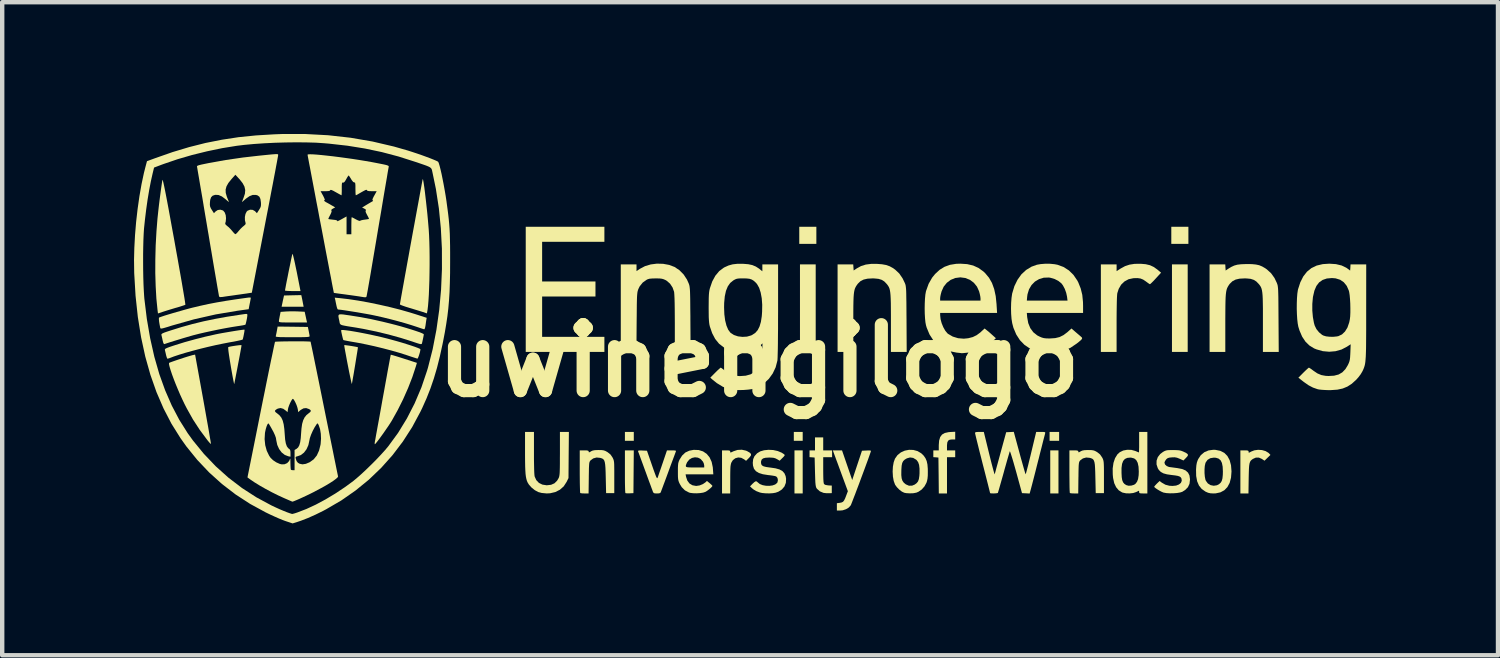
<source format=kicad_pcb>
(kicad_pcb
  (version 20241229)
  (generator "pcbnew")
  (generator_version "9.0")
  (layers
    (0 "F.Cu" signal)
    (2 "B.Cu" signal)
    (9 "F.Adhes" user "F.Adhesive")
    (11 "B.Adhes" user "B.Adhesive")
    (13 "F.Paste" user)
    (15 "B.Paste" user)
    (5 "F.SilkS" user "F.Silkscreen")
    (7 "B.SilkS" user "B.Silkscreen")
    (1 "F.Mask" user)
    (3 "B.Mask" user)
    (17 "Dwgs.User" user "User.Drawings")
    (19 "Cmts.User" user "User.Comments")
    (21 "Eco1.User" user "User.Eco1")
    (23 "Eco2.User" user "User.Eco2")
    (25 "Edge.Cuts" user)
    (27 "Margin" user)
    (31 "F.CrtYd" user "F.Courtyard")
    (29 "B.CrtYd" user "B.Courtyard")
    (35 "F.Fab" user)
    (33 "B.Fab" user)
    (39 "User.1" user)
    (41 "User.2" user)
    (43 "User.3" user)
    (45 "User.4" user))
  (footprint "uwinengilogo"
    (layer "F.Cu")
    (at 14.222 5.161)
    (property "Reference" "uwinengilogo" (at 0 0 0) (layer "F.SilkS") (effects (font (size 1.5 1.5) (thickness 0.3))))
    (attr board_only exclude_from_pos_files exclude_from_bom)
    (fp_poly (pts (xy -2.848 1.72) (xy -2.848 1.821) (xy -2.949 1.821) (xy -3.05 1.821) (xy -3.05 1.72) (xy -3.05 1.619) (xy -2.949 1.619) (xy -2.848 1.619)) (stroke (width 0) (type solid)) (fill yes) (layer "F.SilkS"))
    (fp_poly (pts (xy 0.996 1.72) (xy 0.996 1.821) (xy 0.895 1.821) (xy 0.794 1.821) (xy 0.794 1.72) (xy 0.794 1.619) (xy 0.895 1.619) (xy 0.996 1.619)) (stroke (width 0) (type solid)) (fill yes) (layer "F.SilkS"))
    (fp_poly (pts (xy 0.996 2.529) (xy 0.996 3.019) (xy 0.903 3.019) (xy 0.809 3.019) (xy 0.809 2.529) (xy 0.809 2.039) (xy 0.903 2.039) (xy 0.996 2.039)) (stroke (width 0) (type solid)) (fill yes) (layer "F.SilkS"))
    (fp_poly (pts (xy 1.292 -1.198) (xy 1.292 -0.202) (xy 1.113 -0.202) (xy 0.934 -0.202) (xy 0.934 -1.198) (xy 0.934 -2.194) (xy 1.113 -2.194) (xy 1.292 -2.194)) (stroke (width 0) (type solid)) (fill yes) (layer "F.SilkS"))
    (fp_poly (pts (xy 1.307 -2.856) (xy 1.307 -2.661) (xy 1.113 -2.661) (xy 0.918 -2.661) (xy 0.918 -2.856) (xy 0.918 -3.05) (xy 1.113 -3.05) (xy 1.307 -3.05)) (stroke (width 0) (type solid)) (fill yes) (layer "F.SilkS"))
    (fp_poly (pts (xy 6.817 2.529) (xy 6.817 3.019) (xy 6.724 3.019) (xy 6.63 3.019) (xy 6.63 2.529) (xy 6.63 2.039) (xy 6.724 2.039) (xy 6.817 2.039)) (stroke (width 0) (type solid)) (fill yes) (layer "F.SilkS"))
    (fp_poly (pts (xy 6.832 1.72) (xy 6.832 1.821) (xy 6.724 1.821) (xy 6.615 1.821) (xy 6.615 1.72) (xy 6.615 1.619) (xy 6.724 1.619) (xy 6.832 1.619)) (stroke (width 0) (type solid)) (fill yes) (layer "F.SilkS"))
    (fp_poly (pts (xy 9.758 -1.198) (xy 9.758 -0.202) (xy 9.579 -0.202) (xy 9.4 -0.202) (xy 9.4 -1.198) (xy 9.4 -2.194) (xy 9.579 -2.194) (xy 9.758 -2.194)) (stroke (width 0) (type solid)) (fill yes) (layer "F.SilkS"))
    (fp_poly (pts (xy 9.774 -2.856) (xy 9.774 -2.661) (xy 9.579 -2.661) (xy 9.385 -2.661) (xy 9.385 -2.856) (xy 9.385 -3.05) (xy 9.579 -3.05) (xy 9.774 -3.05)) (stroke (width 0) (type solid)) (fill yes) (layer "F.SilkS"))
    (fp_poly (pts (xy -10.399 -1.421) (xy -10.387 -1.361) (xy -10.376 -1.303) (xy -10.373 -1.288) (xy -10.362 -1.23) (xy -10.612 -1.23) (xy -10.863 -1.23) (xy -10.853 -1.28) (xy -10.843 -1.326) (xy -10.831 -1.385) (xy -10.825 -1.409) (xy -10.808 -1.486) (xy -10.612 -1.491) (xy -10.415 -1.495)) (stroke (width 0) (type solid)) (fill yes) (layer "F.SilkS"))
    (fp_poly (pts (xy -2.852 2.525) (xy -2.856 3.012) (xy -2.942 3.016) (xy -2.992 3.017) (xy -3.028 3.014) (xy -3.039 3.01) (xy -3.042 2.992) (xy -3.045 2.947) (xy -3.047 2.878) (xy -3.049 2.791) (xy -3.05 2.687) (xy -3.05 2.572) (xy -3.05 2.519) (xy -3.05 2.039) (xy -2.949 2.039) (xy -2.848 2.039)) (stroke (width 0) (type solid)) (fill yes) (layer "F.SilkS"))
    (fp_poly (pts (xy -10.509 -1.124) (xy -10.488 -1.123) (xy -10.338 -1.116) (xy -10.319 -1.029) (xy -10.307 -0.974) (xy -10.297 -0.927) (xy -10.292 -0.907) (xy -10.284 -0.872) (xy -10.605 -0.872) (xy -10.713 -0.872) (xy -10.794 -0.873) (xy -10.851 -0.874) (xy -10.889 -0.877) (xy -10.911 -0.882) (xy -10.922 -0.888) (xy -10.925 -0.897) (xy -10.925 -0.899) (xy -10.922 -0.928) (xy -10.913 -0.976) (xy -10.905 -1.019) (xy -10.886 -1.113) (xy -10.762 -1.122) (xy -10.686 -1.125) (xy -10.596 -1.126)) (stroke (width 0) (type solid)) (fill yes) (layer "F.SilkS"))
    (fp_poly (pts (xy -3.517 -2.879) (xy -3.517 -2.708) (xy -4.226 -2.708) (xy -4.934 -2.708) (xy -4.934 -2.257) (xy -4.934 -1.805) (xy -4.327 -1.805) (xy -3.72 -1.805) (xy -3.72 -1.634) (xy -3.72 -1.463) (xy -4.327 -1.463) (xy -4.934 -1.463) (xy -4.934 -1.004) (xy -4.934 -0.545) (xy -4.226 -0.545) (xy -3.517 -0.545) (xy -3.517 -0.374) (xy -3.517 -0.202) (xy -4.412 -0.202) (xy -5.307 -0.202) (xy -5.307 -1.626) (xy -5.307 -3.05) (xy -4.412 -3.05) (xy -3.517 -3.05)) (stroke (width 0) (type solid)) (fill yes) (layer "F.SilkS"))
    (fp_poly (pts (xy -10.611 -2.426) (xy -10.6 -2.391) (xy -10.585 -2.33) (xy -10.565 -2.243) (xy -10.542 -2.133) (xy -10.519 -2.024) (xy -10.433 -1.587) (xy -10.609 -1.587) (xy -10.679 -1.588) (xy -10.736 -1.591) (xy -10.773 -1.595) (xy -10.786 -1.599) (xy -10.783 -1.62) (xy -10.774 -1.666) (xy -10.762 -1.733) (xy -10.746 -1.815) (xy -10.727 -1.907) (xy -10.708 -2.006) (xy -10.688 -2.104) (xy -10.668 -2.198) (xy -10.651 -2.283) (xy -10.636 -2.353) (xy -10.625 -2.404) (xy -10.618 -2.431) (xy -10.618 -2.433)) (stroke (width 0) (type solid)) (fill yes) (layer "F.SilkS"))
    (fp_poly (pts (xy -10.609 -0.775) (xy -10.266 -0.77) (xy -10.246 -0.677) (xy -10.236 -0.623) (xy -10.228 -0.58) (xy -10.226 -0.56) (xy -10.229 -0.553) (xy -10.242 -0.547) (xy -10.267 -0.543) (xy -10.309 -0.54) (xy -10.37 -0.538) (xy -10.454 -0.537) (xy -10.565 -0.537) (xy -10.614 -0.537) (xy -10.735 -0.537) (xy -10.829 -0.538) (xy -10.898 -0.539) (xy -10.945 -0.542) (xy -10.976 -0.545) (xy -10.992 -0.55) (xy -10.997 -0.557) (xy -10.996 -0.56) (xy -10.99 -0.587) (xy -10.98 -0.634) (xy -10.971 -0.681) (xy -10.953 -0.779)) (stroke (width 0) (type solid)) (fill yes) (layer "F.SilkS"))
    (fp_poly (pts (xy -11.777 -0.357) (xy -11.776 -0.356) (xy -11.777 -0.34) (xy -11.784 -0.294) (xy -11.798 -0.219) (xy -11.817 -0.114) (xy -11.843 0.021) (xy -11.874 0.185) (xy -11.912 0.38) (xy -11.941 0.529) (xy -11.945 0.521) (xy -11.953 0.485) (xy -11.965 0.426) (xy -11.98 0.347) (xy -11.997 0.252) (xy -12.016 0.144) (xy -12.019 0.125) (xy -12.043 -0.02) (xy -12.061 -0.136) (xy -12.073 -0.222) (xy -12.078 -0.279) (xy -12.078 -0.308) (xy -12.075 -0.313) (xy -12.054 -0.319) (xy -12.011 -0.328) (xy -11.956 -0.337) (xy -11.897 -0.346) (xy -11.842 -0.353) (xy -11.799 -0.357)) (stroke (width 0) (type solid)) (fill yes) (layer "F.SilkS"))
    (fp_poly (pts (xy -9.382 -0.352) (xy -9.329 -0.345) (xy -9.269 -0.336) (xy -9.211 -0.326) (xy -9.163 -0.317) (xy -9.133 -0.31) (xy -9.127 -0.308) (xy -9.128 -0.292) (xy -9.134 -0.25) (xy -9.144 -0.187) (xy -9.157 -0.107) (xy -9.172 -0.014) (xy -9.188 0.086) (xy -9.205 0.189) (xy -9.222 0.291) (xy -9.239 0.387) (xy -9.254 0.472) (xy -9.264 0.528) (xy -9.268 0.519) (xy -9.277 0.484) (xy -9.29 0.424) (xy -9.307 0.345) (xy -9.327 0.249) (xy -9.348 0.14) (xy -9.356 0.1) (xy -9.378 -0.014) (xy -9.397 -0.118) (xy -9.414 -0.208) (xy -9.427 -0.28) (xy -9.435 -0.33) (xy -9.438 -0.355) (xy -9.438 -0.356) (xy -9.421 -0.357)) (stroke (width 0) (type solid)) (fill yes) (layer "F.SilkS"))
    (fp_poly (pts (xy 4.467 1.703) (xy 4.467 1.79) (xy 4.399 1.79) (xy 4.343 1.796) (xy 4.307 1.817) (xy 4.287 1.858) (xy 4.28 1.923) (xy 4.28 1.943) (xy 4.28 2.039) (xy 4.373 2.039) (xy 4.467 2.039) (xy 4.467 2.117) (xy 4.467 2.194) (xy 4.373 2.194) (xy 4.28 2.194) (xy 4.28 2.607) (xy 4.28 3.019) (xy 4.187 3.019) (xy 4.094 3.019) (xy 4.09 2.611) (xy 4.085 2.202) (xy 4.027 2.197) (xy 3.969 2.193) (xy 3.969 2.116) (xy 3.969 2.039) (xy 4.031 2.039) (xy 4.093 2.039) (xy 4.093 1.921) (xy 4.101 1.816) (xy 4.125 1.736) (xy 4.167 1.679) (xy 4.23 1.643) (xy 4.316 1.624) (xy 4.354 1.621) (xy 4.467 1.615)) (stroke (width 0) (type solid)) (fill yes) (layer "F.SilkS"))
    (fp_poly (pts (xy 11.449 2.032) (xy 11.53 2.055) (xy 11.595 2.094) (xy 11.608 2.106) (xy 11.641 2.142) (xy 11.574 2.208) (xy 11.506 2.274) (xy 11.445 2.233) (xy 11.378 2.203) (xy 11.31 2.203) (xy 11.243 2.233) (xy 11.215 2.253) (xy 11.193 2.274) (xy 11.177 2.301) (xy 11.165 2.338) (xy 11.157 2.388) (xy 11.152 2.457) (xy 11.149 2.548) (xy 11.146 2.665) (xy 11.146 2.68) (xy 11.141 3.019) (xy 11.049 3.019) (xy 10.957 3.019) (xy 10.957 2.529) (xy 10.957 2.039) (xy 11.05 2.039) (xy 11.102 2.04) (xy 11.131 2.045) (xy 11.142 2.056) (xy 11.144 2.069) (xy 11.145 2.088) (xy 11.155 2.091) (xy 11.18 2.079) (xy 11.198 2.068) (xy 11.274 2.038) (xy 11.36 2.026)) (stroke (width 0) (type solid)) (fill yes) (layer "F.SilkS"))
    (fp_poly (pts (xy -0.294 2.045) (xy -0.265 2.058) (xy -0.209 2.091) (xy -0.181 2.12) (xy -0.18 2.15) (xy -0.205 2.187) (xy -0.228 2.212) (xy -0.293 2.277) (xy -0.335 2.244) (xy -0.402 2.208) (xy -0.471 2.2) (xy -0.537 2.218) (xy -0.593 2.261) (xy -0.624 2.31) (xy -0.634 2.335) (xy -0.641 2.365) (xy -0.647 2.403) (xy -0.65 2.455) (xy -0.652 2.526) (xy -0.653 2.62) (xy -0.653 2.696) (xy -0.654 3.019) (xy -0.747 3.019) (xy -0.84 3.019) (xy -0.84 2.529) (xy -0.84 2.039) (xy -0.747 2.039) (xy -0.695 2.04) (xy -0.666 2.045) (xy -0.655 2.057) (xy -0.654 2.068) (xy -0.652 2.084) (xy -0.641 2.087) (xy -0.614 2.076) (xy -0.581 2.06) (xy -0.488 2.029) (xy -0.389 2.024)) (stroke (width 0) (type solid)) (fill yes) (layer "F.SilkS"))
    (fp_poly (pts (xy -12.648 0.873) (xy -12.617 1.046) (xy -12.588 1.21) (xy -12.561 1.363) (xy -12.536 1.501) (xy -12.515 1.623) (xy -12.498 1.725) (xy -12.484 1.805) (xy -12.475 1.861) (xy -12.472 1.89) (xy -12.471 1.893) (xy -12.484 1.885) (xy -12.509 1.858) (xy -12.544 1.816) (xy -12.555 1.802) (xy -12.727 1.571) (xy -12.88 1.336) (xy -13.02 1.086) (xy -13.074 0.981) (xy -13.125 0.874) (xy -13.177 0.76) (xy -13.227 0.643) (xy -13.275 0.527) (xy -13.318 0.416) (xy -13.356 0.313) (xy -13.387 0.221) (xy -13.41 0.145) (xy -13.424 0.089) (xy -13.426 0.055) (xy -13.423 0.048) (xy -13.404 0.039) (xy -13.361 0.023) (xy -13.301 0.002) (xy -13.228 -0.023) (xy -13.149 -0.049) (xy -13.07 -0.075) (xy -12.996 -0.098) (xy -12.934 -0.116) (xy -12.889 -0.129) (xy -12.879 -0.131) (xy -12.832 -0.141)) (stroke (width 0) (type solid)) (fill yes) (layer "F.SilkS"))
    (fp_poly (pts (xy -11.564 -1.436) (xy -11.564 -1.435) (xy -11.567 -1.415) (xy -11.574 -1.374) (xy -11.585 -1.317) (xy -11.589 -1.299) (xy -11.613 -1.174) (xy -11.865 -1.139) (xy -12.361 -1.056) (xy -12.859 -0.943) (xy -13.358 -0.802) (xy -13.452 -0.772) (xy -13.52 -0.752) (xy -13.567 -0.739) (xy -13.597 -0.734) (xy -13.614 -0.735) (xy -13.622 -0.741) (xy -13.626 -0.752) (xy -13.626 -0.753) (xy -13.641 -0.83) (xy -13.652 -0.898) (xy -13.656 -0.949) (xy -13.655 -0.979) (xy -13.653 -0.982) (xy -13.634 -0.991) (xy -13.589 -1.007) (xy -13.523 -1.029) (xy -13.441 -1.054) (xy -13.348 -1.082) (xy -13.248 -1.111) (xy -13.146 -1.14) (xy -13.047 -1.168) (xy -12.955 -1.193) (xy -12.9 -1.207) (xy -12.715 -1.251) (xy -12.529 -1.292) (xy -12.336 -1.329) (xy -12.131 -1.364) (xy -11.909 -1.398) (xy -11.661 -1.433) (xy -11.614 -1.439) (xy -11.58 -1.44)) (stroke (width 0) (type solid)) (fill yes) (layer "F.SilkS"))
    (fp_poly (pts (xy -9.539 -1.426) (xy -9.341 -1.403) (xy -9.121 -1.37) (xy -8.887 -1.328) (xy -8.645 -1.278) (xy -8.402 -1.223) (xy -8.165 -1.163) (xy -7.941 -1.099) (xy -7.805 -1.057) (xy -7.561 -0.978) (xy -7.57 -0.929) (xy -7.577 -0.884) (xy -7.585 -0.825) (xy -7.589 -0.798) (xy -7.598 -0.752) (xy -7.609 -0.723) (xy -7.617 -0.717) (xy -7.638 -0.722) (xy -7.681 -0.736) (xy -7.74 -0.756) (xy -7.79 -0.773) (xy -7.913 -0.813) (xy -8.058 -0.857) (xy -8.218 -0.902) (xy -8.385 -0.946) (xy -8.551 -0.987) (xy -8.707 -1.022) (xy -8.757 -1.033) (xy -8.835 -1.049) (xy -8.928 -1.066) (xy -9.031 -1.084) (xy -9.139 -1.103) (xy -9.246 -1.12) (xy -9.347 -1.136) (xy -9.437 -1.15) (xy -9.51 -1.16) (xy -9.562 -1.166) (xy -9.581 -1.167) (xy -9.593 -1.181) (xy -9.606 -1.218) (xy -9.617 -1.265) (xy -9.629 -1.322) (xy -9.639 -1.373) (xy -9.645 -1.399) (xy -9.654 -1.437)) (stroke (width 0) (type solid)) (fill yes) (layer "F.SilkS"))
    (fp_poly (pts (xy 1.463 1.891) (xy 1.463 2.039) (xy 1.564 2.039) (xy 1.665 2.039) (xy 1.665 2.117) (xy 1.665 2.194) (xy 1.564 2.194) (xy 1.463 2.194) (xy 1.463 2.487) (xy 1.464 2.603) (xy 1.466 2.69) (xy 1.47 2.752) (xy 1.476 2.79) (xy 1.482 2.806) (xy 1.514 2.825) (xy 1.572 2.835) (xy 1.58 2.836) (xy 1.658 2.84) (xy 1.658 2.926) (xy 1.658 3.012) (xy 1.587 3.014) (xy 1.531 3.013) (xy 1.478 3.007) (xy 1.467 3.005) (xy 1.386 2.971) (xy 1.323 2.915) (xy 1.311 2.899) (xy 1.302 2.881) (xy 1.295 2.855) (xy 1.289 2.818) (xy 1.284 2.765) (xy 1.281 2.692) (xy 1.278 2.595) (xy 1.276 2.53) (xy 1.268 2.202) (xy 1.21 2.197) (xy 1.152 2.193) (xy 1.152 2.116) (xy 1.152 2.039) (xy 1.214 2.039) (xy 1.276 2.039) (xy 1.276 1.891) (xy 1.276 1.743) (xy 1.37 1.743) (xy 1.463 1.743)) (stroke (width 0) (type solid)) (fill yes) (layer "F.SilkS"))
    (fp_poly (pts (xy -8.364 -0.135) (xy -8.323 -0.124) (xy -8.262 -0.106) (xy -8.185 -0.082) (xy -8.097 -0.054) (xy -8.079 -0.048) (xy -7.784 0.047) (xy -7.808 0.129) (xy -7.887 0.369) (xy -7.985 0.621) (xy -8.098 0.876) (xy -8.221 1.122) (xy -8.349 1.352) (xy -8.354 1.36) (xy -8.391 1.42) (xy -8.437 1.49) (xy -8.489 1.565) (xy -8.542 1.642) (xy -8.596 1.717) (xy -8.645 1.784) (xy -8.687 1.839) (xy -8.719 1.878) (xy -8.738 1.898) (xy -8.741 1.899) (xy -8.745 1.886) (xy -8.743 1.856) (xy -8.739 1.833) (xy -8.729 1.783) (xy -8.716 1.707) (xy -8.698 1.609) (xy -8.677 1.492) (xy -8.652 1.357) (xy -8.625 1.208) (xy -8.596 1.047) (xy -8.566 0.878) (xy -8.559 0.84) (xy -8.528 0.671) (xy -8.499 0.51) (xy -8.472 0.362) (xy -8.448 0.227) (xy -8.426 0.11) (xy -8.408 0.012) (xy -8.394 -0.063) (xy -8.384 -0.114) (xy -8.379 -0.137) (xy -8.379 -0.138)) (stroke (width 0) (type solid)) (fill yes) (layer "F.SilkS"))
    (fp_poly (pts (xy 8.687 -2.208) (xy 8.803 -2.198) (xy 8.9 -2.175) (xy 8.985 -2.135) (xy 9.068 -2.076) (xy 9.086 -2.061) (xy 9.152 -2.005) (xy 9.032 -1.874) (xy 8.984 -1.822) (xy 8.942 -1.78) (xy 8.912 -1.752) (xy 8.899 -1.743) (xy 8.881 -1.752) (xy 8.847 -1.776) (xy 8.808 -1.805) (xy 8.746 -1.847) (xy 8.686 -1.872) (xy 8.617 -1.882) (xy 8.529 -1.88) (xy 8.519 -1.879) (xy 8.412 -1.856) (xy 8.32 -1.806) (xy 8.244 -1.733) (xy 8.188 -1.637) (xy 8.156 -1.538) (xy 8.152 -1.502) (xy 8.148 -1.437) (xy 8.145 -1.345) (xy 8.143 -1.23) (xy 8.141 -1.093) (xy 8.14 -0.938) (xy 8.14 -0.832) (xy 8.14 -0.202) (xy 7.961 -0.202) (xy 7.782 -0.202) (xy 7.782 -1.198) (xy 7.782 -2.194) (xy 7.961 -2.194) (xy 8.14 -2.194) (xy 8.14 -2.117) (xy 8.14 -2.04) (xy 8.233 -2.1) (xy 8.332 -2.154) (xy 8.434 -2.188) (xy 8.549 -2.206) (xy 8.683 -2.208)) (stroke (width 0) (type solid)) (fill yes) (layer "F.SilkS"))
    (fp_poly (pts (xy -9.459 -1.054) (xy -9.379 -1.042) (xy -9.321 -1.034) (xy -9.068 -0.994) (xy -8.821 -0.947) (xy -8.566 -0.89) (xy -8.386 -0.846) (xy -8.265 -0.815) (xy -8.144 -0.782) (xy -8.028 -0.748) (xy -7.92 -0.715) (xy -7.823 -0.684) (xy -7.741 -0.656) (xy -7.679 -0.632) (xy -7.64 -0.614) (xy -7.627 -0.603) (xy -7.631 -0.573) (xy -7.642 -0.516) (xy -7.661 -0.429) (xy -7.666 -0.409) (xy -7.67 -0.392) (xy -7.678 -0.382) (xy -7.693 -0.379) (xy -7.721 -0.384) (xy -7.766 -0.397) (xy -7.833 -0.419) (xy -7.891 -0.439) (xy -8.148 -0.52) (xy -8.425 -0.597) (xy -8.711 -0.666) (xy -8.997 -0.725) (xy -9.173 -0.756) (xy -9.287 -0.774) (xy -9.374 -0.788) (xy -9.438 -0.8) (xy -9.483 -0.81) (xy -9.512 -0.821) (xy -9.529 -0.835) (xy -9.539 -0.852) (xy -9.544 -0.875) (xy -9.549 -0.905) (xy -9.552 -0.918) (xy -9.564 -0.974) (xy -9.57 -1.015) (xy -9.566 -1.041) (xy -9.549 -1.055) (xy -9.515 -1.058)) (stroke (width 0) (type solid)) (fill yes) (layer "F.SilkS"))
    (fp_poly (pts (xy 2.007 2.376) (xy 2.123 2.714) (xy 2.234 2.38) (xy 2.345 2.047) (xy 2.45 2.042) (xy 2.505 2.04) (xy 2.536 2.042) (xy 2.548 2.049) (xy 2.547 2.064) (xy 2.544 2.073) (xy 2.53 2.113) (xy 2.508 2.176) (xy 2.479 2.258) (xy 2.443 2.355) (xy 2.404 2.462) (xy 2.361 2.577) (xy 2.317 2.695) (xy 2.274 2.812) (xy 2.231 2.925) (xy 2.192 3.029) (xy 2.156 3.121) (xy 2.127 3.197) (xy 2.105 3.253) (xy 2.092 3.285) (xy 2.089 3.29) (xy 2.046 3.339) (xy 1.981 3.378) (xy 1.906 3.403) (xy 1.849 3.408) (xy 1.774 3.408) (xy 1.774 3.325) (xy 1.774 3.241) (xy 1.839 3.233) (xy 1.882 3.224) (xy 1.913 3.209) (xy 1.937 3.18) (xy 1.961 3.133) (xy 1.983 3.076) (xy 2.024 2.968) (xy 1.9 2.632) (xy 1.861 2.526) (xy 1.823 2.422) (xy 1.788 2.326) (xy 1.757 2.244) (xy 1.735 2.182) (xy 1.729 2.167) (xy 1.682 2.039) (xy 1.786 2.039) (xy 1.891 2.039)) (stroke (width 0) (type solid)) (fill yes) (layer "F.SilkS"))
    (fp_poly (pts (xy -11.643 -1.055) (xy -11.642 -1.044) (xy -11.645 -1.011) (xy -11.652 -0.963) (xy -11.663 -0.91) (xy -11.674 -0.862) (xy -11.683 -0.83) (xy -11.687 -0.822) (xy -11.705 -0.816) (xy -11.748 -0.807) (xy -11.808 -0.797) (xy -11.875 -0.787) (xy -11.995 -0.768) (xy -12.136 -0.743) (xy -12.289 -0.714) (xy -12.446 -0.681) (xy -12.598 -0.648) (xy -12.737 -0.616) (xy -12.854 -0.586) (xy -12.863 -0.584) (xy -12.934 -0.564) (xy -13.02 -0.539) (xy -13.115 -0.511) (xy -13.213 -0.481) (xy -13.309 -0.452) (xy -13.395 -0.425) (xy -13.466 -0.402) (xy -13.516 -0.385) (xy -13.529 -0.38) (xy -13.544 -0.385) (xy -13.558 -0.415) (xy -13.57 -0.462) (xy -13.582 -0.518) (xy -13.593 -0.565) (xy -13.598 -0.586) (xy -13.599 -0.6) (xy -13.591 -0.612) (xy -13.571 -0.625) (xy -13.535 -0.641) (xy -13.478 -0.661) (xy -13.395 -0.688) (xy -13.39 -0.69) (xy -13.139 -0.768) (xy -12.891 -0.837) (xy -12.641 -0.898) (xy -12.382 -0.952) (xy -12.107 -1.002) (xy -11.81 -1.048) (xy -11.692 -1.065) (xy -11.657 -1.067)) (stroke (width 0) (type solid)) (fill yes) (layer "F.SilkS"))
    (fp_poly (pts (xy -9.454 -0.7) (xy -9.389 -0.693) (xy -9.305 -0.682) (xy -9.204 -0.665) (xy -9.091 -0.645) (xy -8.968 -0.621) (xy -8.84 -0.595) (xy -8.709 -0.566) (xy -8.579 -0.536) (xy -8.459 -0.506) (xy -8.351 -0.477) (xy -8.239 -0.446) (xy -8.128 -0.414) (xy -8.022 -0.381) (xy -7.925 -0.35) (xy -7.841 -0.322) (xy -7.773 -0.297) (xy -7.727 -0.278) (xy -7.705 -0.265) (xy -7.704 -0.263) (xy -7.708 -0.229) (xy -7.719 -0.182) (xy -7.734 -0.132) (xy -7.75 -0.087) (xy -7.764 -0.057) (xy -7.772 -0.049) (xy -7.792 -0.055) (xy -7.836 -0.069) (xy -7.899 -0.089) (xy -7.974 -0.114) (xy -8.015 -0.128) (xy -8.174 -0.179) (xy -8.355 -0.231) (xy -8.548 -0.282) (xy -8.745 -0.33) (xy -8.936 -0.372) (xy -9.112 -0.407) (xy -9.174 -0.418) (xy -9.263 -0.433) (xy -9.341 -0.447) (xy -9.403 -0.459) (xy -9.444 -0.468) (xy -9.458 -0.473) (xy -9.465 -0.49) (xy -9.475 -0.529) (xy -9.487 -0.579) (xy -9.498 -0.63) (xy -9.506 -0.672) (xy -9.509 -0.694) (xy -9.495 -0.7)) (stroke (width 0) (type solid)) (fill yes) (layer "F.SilkS"))
    (fp_poly (pts (xy -13.57 -4.115) (xy -13.563 -4.092) (xy -13.552 -4.047) (xy -13.537 -3.979) (xy -13.518 -3.887) (xy -13.495 -3.77) (xy -13.468 -3.628) (xy -13.436 -3.458) (xy -13.4 -3.261) (xy -13.359 -3.035) (xy -13.312 -2.78) (xy -13.302 -2.724) (xy -13.265 -2.516) (xy -13.229 -2.318) (xy -13.196 -2.13) (xy -13.165 -1.956) (xy -13.137 -1.796) (xy -13.113 -1.654) (xy -13.092 -1.531) (xy -13.075 -1.43) (xy -13.063 -1.352) (xy -13.056 -1.301) (xy -13.053 -1.277) (xy -13.054 -1.275) (xy -13.072 -1.267) (xy -13.115 -1.253) (xy -13.176 -1.233) (xy -13.249 -1.211) (xy -13.266 -1.207) (xy -13.352 -1.181) (xy -13.438 -1.155) (xy -13.515 -1.131) (xy -13.571 -1.113) (xy -13.677 -1.077) (xy -13.687 -1.157) (xy -13.713 -1.414) (xy -13.729 -1.695) (xy -13.738 -1.994) (xy -13.737 -2.307) (xy -13.729 -2.626) (xy -13.711 -2.948) (xy -13.688 -3.237) (xy -13.678 -3.329) (xy -13.667 -3.433) (xy -13.654 -3.546) (xy -13.64 -3.661) (xy -13.625 -3.774) (xy -13.611 -3.879) (xy -13.598 -3.971) (xy -13.587 -4.046) (xy -13.578 -4.099) (xy -13.574 -4.117)) (stroke (width 0) (type solid)) (fill yes) (layer "F.SilkS"))
    (fp_poly (pts (xy -11.707 -0.709) (xy -11.707 -0.692) (xy -11.712 -0.654) (xy -11.721 -0.606) (xy -11.731 -0.555) (xy -11.741 -0.512) (xy -11.748 -0.486) (xy -11.749 -0.484) (xy -11.767 -0.477) (xy -11.81 -0.466) (xy -11.874 -0.452) (xy -11.954 -0.436) (xy -12.036 -0.422) (xy -12.192 -0.392) (xy -12.361 -0.357) (xy -12.536 -0.317) (xy -12.712 -0.274) (xy -12.883 -0.229) (xy -13.044 -0.184) (xy -13.189 -0.14) (xy -13.313 -0.099) (xy -13.373 -0.076) (xy -13.418 -0.059) (xy -13.451 -0.049) (xy -13.461 -0.047) (xy -13.471 -0.061) (xy -13.483 -0.096) (xy -13.492 -0.128) (xy -13.504 -0.182) (xy -13.515 -0.227) (xy -13.519 -0.244) (xy -13.52 -0.257) (xy -13.514 -0.269) (xy -13.496 -0.281) (xy -13.462 -0.296) (xy -13.409 -0.316) (xy -13.331 -0.342) (xy -13.288 -0.356) (xy -13.07 -0.424) (xy -12.835 -0.489) (xy -12.599 -0.549) (xy -12.376 -0.599) (xy -12.373 -0.6) (xy -12.299 -0.615) (xy -12.214 -0.631) (xy -12.121 -0.647) (xy -12.027 -0.663) (xy -11.937 -0.678) (xy -11.854 -0.691) (xy -11.786 -0.701) (xy -11.736 -0.707) (xy -11.71 -0.709)) (stroke (width 0) (type solid)) (fill yes) (layer "F.SilkS"))
    (fp_poly (pts (xy -5.12 2.097) (xy -5.12 2.232) (xy -5.118 2.353) (xy -5.116 2.458) (xy -5.113 2.542) (xy -5.109 2.601) (xy -5.104 2.634) (xy -5.104 2.634) (xy -5.067 2.716) (xy -5.007 2.779) (xy -4.928 2.818) (xy -4.832 2.833) (xy -4.826 2.833) (xy -4.73 2.822) (xy -4.653 2.788) (xy -4.594 2.73) (xy -4.558 2.669) (xy -4.55 2.649) (xy -4.544 2.626) (xy -4.539 2.596) (xy -4.535 2.555) (xy -4.533 2.501) (xy -4.531 2.428) (xy -4.53 2.334) (xy -4.53 2.215) (xy -4.529 2.113) (xy -4.529 1.619) (xy -4.427 1.619) (xy -4.325 1.619) (xy -4.33 2.144) (xy -4.334 2.669) (xy -4.378 2.758) (xy -4.443 2.858) (xy -4.529 2.934) (xy -4.633 2.987) (xy -4.753 3.015) (xy -4.829 3.019) (xy -4.944 3.008) (xy -5.023 2.987) (xy -5.1 2.945) (xy -5.174 2.886) (xy -5.235 2.817) (xy -5.265 2.768) (xy -5.281 2.73) (xy -5.293 2.688) (xy -5.303 2.638) (xy -5.311 2.576) (xy -5.316 2.499) (xy -5.32 2.404) (xy -5.322 2.285) (xy -5.323 2.141) (xy -5.323 2.083) (xy -5.323 1.619) (xy -5.222 1.619) (xy -5.12 1.619)) (stroke (width 0) (type solid)) (fill yes) (layer "F.SilkS"))
    (fp_poly (pts (xy -7.645 -4.125) (xy -7.637 -4.087) (xy -7.627 -4.025) (xy -7.615 -3.943) (xy -7.602 -3.844) (xy -7.589 -3.732) (xy -7.575 -3.61) (xy -7.561 -3.482) (xy -7.547 -3.351) (xy -7.535 -3.222) (xy -7.524 -3.096) (xy -7.515 -2.988) (xy -7.507 -2.856) (xy -7.501 -2.705) (xy -7.497 -2.54) (xy -7.495 -2.366) (xy -7.495 -2.187) (xy -7.497 -2.007) (xy -7.5 -1.831) (xy -7.506 -1.663) (xy -7.512 -1.507) (xy -7.521 -1.367) (xy -7.531 -1.249) (xy -7.542 -1.157) (xy -7.546 -1.135) (xy -7.556 -1.079) (xy -7.657 -1.113) (xy -7.712 -1.13) (xy -7.786 -1.153) (xy -7.872 -1.179) (xy -7.959 -1.205) (xy -7.965 -1.207) (xy -8.039 -1.23) (xy -8.102 -1.252) (xy -8.147 -1.269) (xy -8.17 -1.282) (xy -8.171 -1.284) (xy -8.168 -1.302) (xy -8.16 -1.348) (xy -8.148 -1.419) (xy -8.131 -1.513) (xy -8.111 -1.626) (xy -8.087 -1.757) (xy -8.061 -1.903) (xy -8.032 -2.062) (xy -8.002 -2.229) (xy -7.97 -2.404) (xy -7.938 -2.583) (xy -7.905 -2.764) (xy -7.872 -2.945) (xy -7.839 -3.122) (xy -7.808 -3.292) (xy -7.778 -3.455) (xy -7.75 -3.606) (xy -7.725 -3.743) (xy -7.703 -3.864) (xy -7.684 -3.966) (xy -7.669 -4.047) (xy -7.658 -4.103) (xy -7.652 -4.132) (xy -7.651 -4.136)) (stroke (width 0) (type solid)) (fill yes) (layer "F.SilkS"))
    (fp_poly (pts (xy -1.931 2.04) (xy -1.9 2.043) (xy -1.888 2.051) (xy -1.89 2.065) (xy -1.891 2.066) (xy -1.899 2.087) (xy -1.916 2.134) (xy -1.941 2.201) (xy -1.973 2.287) (xy -2.01 2.386) (xy -2.05 2.495) (xy -2.062 2.529) (xy -2.103 2.64) (xy -2.141 2.743) (xy -2.175 2.833) (xy -2.202 2.906) (xy -2.222 2.959) (xy -2.233 2.989) (xy -2.234 2.992) (xy -2.249 3.01) (xy -2.282 3.018) (xy -2.321 3.019) (xy -2.368 3.018) (xy -2.394 3.009) (xy -2.409 2.989) (xy -2.414 2.977) (xy -2.423 2.951) (xy -2.442 2.901) (xy -2.468 2.829) (xy -2.501 2.741) (xy -2.538 2.64) (xy -2.578 2.53) (xy -2.587 2.506) (xy -2.627 2.396) (xy -2.664 2.295) (xy -2.696 2.208) (xy -2.722 2.136) (xy -2.741 2.086) (xy -2.75 2.06) (xy -2.751 2.058) (xy -2.748 2.047) (xy -2.726 2.041) (xy -2.679 2.041) (xy -2.653 2.042) (xy -2.548 2.047) (xy -2.435 2.373) (xy -2.398 2.48) (xy -2.369 2.559) (xy -2.348 2.615) (xy -2.333 2.651) (xy -2.321 2.668) (xy -2.313 2.672) (xy -2.307 2.664) (xy -2.306 2.661) (xy -2.296 2.635) (xy -2.279 2.584) (xy -2.255 2.514) (xy -2.226 2.431) (xy -2.195 2.339) (xy -2.192 2.331) (xy -2.093 2.039) (xy -1.987 2.039)) (stroke (width 0) (type solid)) (fill yes) (layer "F.SilkS"))
    (fp_poly (pts (xy 10.39 2.027) (xy 10.499 2.049) (xy 10.59 2.095) (xy 10.661 2.166) (xy 10.712 2.26) (xy 10.744 2.377) (xy 10.755 2.516) (xy 10.755 2.521) (xy 10.744 2.661) (xy 10.713 2.779) (xy 10.662 2.874) (xy 10.592 2.946) (xy 10.503 2.994) (xy 10.397 3.017) (xy 10.35 3.019) (xy 10.28 3.016) (xy 10.224 3.004) (xy 10.166 2.979) (xy 10.161 2.976) (xy 10.078 2.918) (xy 10.015 2.84) (xy 9.973 2.742) (xy 9.951 2.622) (xy 9.948 2.478) (xy 9.949 2.471) (xy 10.141 2.471) (xy 10.141 2.556) (xy 10.148 2.637) (xy 10.161 2.704) (xy 10.172 2.731) (xy 10.217 2.792) (xy 10.279 2.83) (xy 10.35 2.844) (xy 10.423 2.833) (xy 10.467 2.811) (xy 10.506 2.778) (xy 10.533 2.735) (xy 10.549 2.676) (xy 10.557 2.597) (xy 10.559 2.521) (xy 10.554 2.41) (xy 10.537 2.325) (xy 10.507 2.265) (xy 10.461 2.226) (xy 10.4 2.207) (xy 10.351 2.204) (xy 10.272 2.217) (xy 10.209 2.255) (xy 10.167 2.315) (xy 10.161 2.331) (xy 10.147 2.393) (xy 10.141 2.471) (xy 9.949 2.471) (xy 9.949 2.464) (xy 9.955 2.382) (xy 9.966 2.32) (xy 9.984 2.267) (xy 9.998 2.236) (xy 10.058 2.146) (xy 10.136 2.081) (xy 10.232 2.04) (xy 10.343 2.025)) (stroke (width 0) (type solid)) (fill yes) (layer "F.SilkS"))
    (fp_poly (pts (xy -3.582 2.032) (xy -3.536 2.038) (xy -3.498 2.05) (xy -3.458 2.072) (xy -3.447 2.078) (xy -3.379 2.132) (xy -3.331 2.202) (xy -3.319 2.227) (xy -3.309 2.251) (xy -3.302 2.277) (xy -3.297 2.311) (xy -3.294 2.356) (xy -3.293 2.417) (xy -3.292 2.5) (xy -3.292 2.608) (xy -3.292 2.645) (xy -3.292 3.012) (xy -3.385 3.012) (xy -3.478 3.012) (xy -3.486 2.661) (xy -3.489 2.535) (xy -3.493 2.437) (xy -3.499 2.363) (xy -3.508 2.308) (xy -3.52 2.27) (xy -3.538 2.244) (xy -3.561 2.227) (xy -3.592 2.215) (xy -3.614 2.209) (xy -3.696 2.201) (xy -3.771 2.222) (xy -3.83 2.265) (xy -3.842 2.279) (xy -3.851 2.294) (xy -3.858 2.313) (xy -3.863 2.342) (xy -3.866 2.385) (xy -3.869 2.445) (xy -3.87 2.527) (xy -3.872 2.635) (xy -3.872 2.663) (xy -3.877 3.019) (xy -3.967 3.019) (xy -4.017 3.018) (xy -4.054 3.013) (xy -4.067 3.009) (xy -4.07 2.991) (xy -4.072 2.947) (xy -4.074 2.878) (xy -4.076 2.791) (xy -4.077 2.687) (xy -4.078 2.572) (xy -4.078 2.519) (xy -4.078 2.039) (xy -3.977 2.039) (xy -3.92 2.04) (xy -3.888 2.046) (xy -3.876 2.057) (xy -3.875 2.062) (xy -3.872 2.081) (xy -3.858 2.082) (xy -3.827 2.065) (xy -3.817 2.058) (xy -3.783 2.043) (xy -3.734 2.034) (xy -3.663 2.031) (xy -3.649 2.031)) (stroke (width 0) (type solid)) (fill yes) (layer "F.SilkS"))
    (fp_poly (pts (xy 3.514 2.029) (xy 3.609 2.055) (xy 3.694 2.105) (xy 3.749 2.158) (xy 3.79 2.217) (xy 3.818 2.282) (xy 3.835 2.359) (xy 3.843 2.457) (xy 3.844 2.524) (xy 3.843 2.612) (xy 3.837 2.679) (xy 3.826 2.734) (xy 3.812 2.777) (xy 3.768 2.858) (xy 3.705 2.929) (xy 3.63 2.981) (xy 3.583 3.001) (xy 3.514 3.014) (xy 3.431 3.017) (xy 3.352 3.012) (xy 3.307 3.003) (xy 3.253 2.977) (xy 3.194 2.932) (xy 3.14 2.877) (xy 3.1 2.822) (xy 3.097 2.816) (xy 3.067 2.733) (xy 3.049 2.632) (xy 3.048 2.601) (xy 3.24 2.601) (xy 3.248 2.675) (xy 3.266 2.73) (xy 3.296 2.773) (xy 3.339 2.809) (xy 3.345 2.813) (xy 3.414 2.843) (xy 3.485 2.842) (xy 3.544 2.818) (xy 3.59 2.784) (xy 3.621 2.745) (xy 3.64 2.692) (xy 3.651 2.62) (xy 3.655 2.562) (xy 3.655 2.453) (xy 3.645 2.369) (xy 3.623 2.306) (xy 3.588 2.259) (xy 3.579 2.251) (xy 3.51 2.21) (xy 3.439 2.2) (xy 3.367 2.22) (xy 3.318 2.249) (xy 3.284 2.282) (xy 3.261 2.326) (xy 3.248 2.387) (xy 3.242 2.47) (xy 3.241 2.503) (xy 3.24 2.601) (xy 3.048 2.601) (xy 3.043 2.521) (xy 3.049 2.41) (xy 3.067 2.309) (xy 3.096 2.228) (xy 3.154 2.146) (xy 3.23 2.085) (xy 3.319 2.045) (xy 3.416 2.026)) (stroke (width 0) (type solid)) (fill yes) (layer "F.SilkS"))
    (fp_poly (pts (xy 7.561 2.032) (xy 7.608 2.038) (xy 7.646 2.05) (xy 7.686 2.072) (xy 7.697 2.078) (xy 7.764 2.132) (xy 7.812 2.202) (xy 7.825 2.227) (xy 7.834 2.251) (xy 7.841 2.277) (xy 7.846 2.311) (xy 7.849 2.356) (xy 7.851 2.417) (xy 7.852 2.5) (xy 7.852 2.608) (xy 7.852 2.645) (xy 7.852 3.012) (xy 7.759 3.012) (xy 7.665 3.012) (xy 7.657 2.661) (xy 7.654 2.535) (xy 7.65 2.437) (xy 7.645 2.363) (xy 7.636 2.308) (xy 7.623 2.27) (xy 7.606 2.244) (xy 7.582 2.227) (xy 7.551 2.215) (xy 7.53 2.209) (xy 7.448 2.201) (xy 7.373 2.222) (xy 7.314 2.265) (xy 7.302 2.279) (xy 7.293 2.294) (xy 7.286 2.313) (xy 7.281 2.342) (xy 7.277 2.385) (xy 7.275 2.445) (xy 7.273 2.527) (xy 7.272 2.635) (xy 7.271 2.663) (xy 7.267 3.019) (xy 7.177 3.019) (xy 7.126 3.018) (xy 7.089 3.013) (xy 7.076 3.009) (xy 7.074 2.991) (xy 7.071 2.947) (xy 7.069 2.878) (xy 7.068 2.791) (xy 7.067 2.687) (xy 7.066 2.572) (xy 7.066 2.519) (xy 7.066 2.039) (xy 7.167 2.039) (xy 7.224 2.04) (xy 7.255 2.046) (xy 7.268 2.057) (xy 7.268 2.062) (xy 7.271 2.081) (xy 7.285 2.082) (xy 7.316 2.065) (xy 7.326 2.058) (xy 7.361 2.043) (xy 7.41 2.034) (xy 7.481 2.031) (xy 7.494 2.031)) (stroke (width 0) (type solid)) (fill yes) (layer "F.SilkS"))
    (fp_poly (pts (xy 8.84 2.319) (xy 8.84 3.019) (xy 8.747 3.019) (xy 8.695 3.018) (xy 8.666 3.013) (xy 8.655 3.002) (xy 8.653 2.988) (xy 8.652 2.963) (xy 8.649 2.957) (xy 8.634 2.964) (xy 8.6 2.98) (xy 8.583 2.988) (xy 8.519 3.009) (xy 8.439 3.018) (xy 8.355 3.016) (xy 8.282 3.001) (xy 8.264 2.995) (xy 8.188 2.947) (xy 8.129 2.877) (xy 8.086 2.785) (xy 8.06 2.667) (xy 8.053 2.595) (xy 8.052 2.555) (xy 8.252 2.555) (xy 8.257 2.649) (xy 8.268 2.717) (xy 8.288 2.766) (xy 8.317 2.801) (xy 8.359 2.829) (xy 8.413 2.844) (xy 8.477 2.84) (xy 8.536 2.822) (xy 8.568 2.801) (xy 8.605 2.753) (xy 8.629 2.69) (xy 8.642 2.604) (xy 8.645 2.521) (xy 8.639 2.408) (xy 8.62 2.322) (xy 8.587 2.26) (xy 8.54 2.222) (xy 8.476 2.205) (xy 8.452 2.203) (xy 8.382 2.21) (xy 8.328 2.235) (xy 8.289 2.28) (xy 8.264 2.347) (xy 8.252 2.439) (xy 8.252 2.555) (xy 8.052 2.555) (xy 8.051 2.45) (xy 8.069 2.323) (xy 8.105 2.216) (xy 8.158 2.13) (xy 8.213 2.08) (xy 8.291 2.042) (xy 8.382 2.025) (xy 8.477 2.028) (xy 8.565 2.052) (xy 8.567 2.053) (xy 8.61 2.071) (xy 8.64 2.083) (xy 8.648 2.086) (xy 8.65 2.071) (xy 8.651 2.03) (xy 8.653 1.97) (xy 8.653 1.894) (xy 8.653 1.852) (xy 8.653 1.619) (xy 8.747 1.619) (xy 8.84 1.619)) (stroke (width 0) (type solid)) (fill yes) (layer "F.SilkS"))
    (fp_poly (pts (xy -2.18 -2.207) (xy -2.043 -2.182) (xy -1.919 -2.135) (xy -1.918 -2.134) (xy -1.81 -2.062) (xy -1.715 -1.966) (xy -1.639 -1.851) (xy -1.599 -1.762) (xy -1.591 -1.741) (xy -1.584 -1.718) (xy -1.579 -1.693) (xy -1.575 -1.661) (xy -1.571 -1.62) (xy -1.568 -1.567) (xy -1.566 -1.499) (xy -1.564 -1.413) (xy -1.563 -1.306) (xy -1.562 -1.175) (xy -1.56 -1.017) (xy -1.56 -0.938) (xy -1.555 -0.202) (xy -1.735 -0.202) (xy -1.914 -0.202) (xy -1.914 -0.847) (xy -1.915 -1.025) (xy -1.916 -1.18) (xy -1.918 -1.313) (xy -1.921 -1.421) (xy -1.925 -1.503) (xy -1.929 -1.556) (xy -1.931 -1.571) (xy -1.966 -1.669) (xy -2.022 -1.754) (xy -2.096 -1.819) (xy -2.124 -1.836) (xy -2.166 -1.855) (xy -2.207 -1.867) (xy -2.255 -1.873) (xy -2.321 -1.875) (xy -2.35 -1.875) (xy -2.43 -1.873) (xy -2.488 -1.868) (xy -2.53 -1.856) (xy -2.552 -1.846) (xy -2.644 -1.781) (xy -2.714 -1.694) (xy -2.743 -1.635) (xy -2.751 -1.613) (xy -2.758 -1.591) (xy -2.764 -1.566) (xy -2.768 -1.535) (xy -2.772 -1.494) (xy -2.775 -1.441) (xy -2.777 -1.372) (xy -2.779 -1.285) (xy -2.78 -1.176) (xy -2.781 -1.042) (xy -2.783 -0.88) (xy -2.783 -0.875) (xy -2.788 -0.202) (xy -2.966 -0.202) (xy -3.144 -0.202) (xy -3.144 -1.198) (xy -3.144 -2.194) (xy -2.965 -2.194) (xy -2.786 -2.194) (xy -2.786 -2.118) (xy -2.786 -2.041) (xy -2.707 -2.094) (xy -2.593 -2.154) (xy -2.462 -2.193) (xy -2.322 -2.211)) (stroke (width 0) (type solid)) (fill yes) (layer "F.SilkS"))
    (fp_poly (pts (xy 2.799 -2.197) (xy 2.894 -2.18) (xy 2.976 -2.151) (xy 3.054 -2.108) (xy 3.103 -2.072) (xy 3.194 -1.986) (xy 3.271 -1.873) (xy 3.32 -1.771) (xy 3.328 -1.751) (xy 3.335 -1.731) (xy 3.34 -1.707) (xy 3.344 -1.677) (xy 3.348 -1.638) (xy 3.351 -1.587) (xy 3.353 -1.521) (xy 3.354 -1.437) (xy 3.356 -1.332) (xy 3.357 -1.204) (xy 3.358 -1.05) (xy 3.359 -0.945) (xy 3.363 -0.202) (xy 3.183 -0.202) (xy 3.004 -0.202) (xy 3.004 -0.87) (xy 3.004 -1.044) (xy 3.003 -1.19) (xy 3.002 -1.311) (xy 2.999 -1.41) (xy 2.995 -1.49) (xy 2.989 -1.553) (xy 2.981 -1.604) (xy 2.971 -1.644) (xy 2.958 -1.676) (xy 2.941 -1.705) (xy 2.922 -1.732) (xy 2.907 -1.75) (xy 2.853 -1.806) (xy 2.793 -1.843) (xy 2.72 -1.865) (xy 2.628 -1.874) (xy 2.584 -1.875) (xy 2.471 -1.869) (xy 2.381 -1.848) (xy 2.31 -1.811) (xy 2.252 -1.755) (xy 2.24 -1.739) (xy 2.218 -1.708) (xy 2.201 -1.679) (xy 2.186 -1.647) (xy 2.175 -1.611) (xy 2.166 -1.566) (xy 2.159 -1.51) (xy 2.154 -1.439) (xy 2.151 -1.351) (xy 2.149 -1.243) (xy 2.148 -1.111) (xy 2.148 -0.953) (xy 2.148 -0.861) (xy 2.148 -0.202) (xy 1.969 -0.202) (xy 1.79 -0.202) (xy 1.79 -1.198) (xy 1.79 -2.194) (xy 1.968 -2.194) (xy 2.146 -2.194) (xy 2.151 -2.124) (xy 2.156 -2.055) (xy 2.226 -2.102) (xy 2.324 -2.156) (xy 2.433 -2.19) (xy 2.557 -2.206) (xy 2.682 -2.206)) (stroke (width 0) (type solid)) (fill yes) (layer "F.SilkS"))
    (fp_poly (pts (xy 11.219 -2.2) (xy 11.31 -2.191) (xy 11.385 -2.175) (xy 11.452 -2.147) (xy 11.52 -2.108) (xy 11.561 -2.079) (xy 11.656 -1.992) (xy 11.733 -1.885) (xy 11.785 -1.776) (xy 11.793 -1.755) (xy 11.8 -1.735) (xy 11.806 -1.711) (xy 11.81 -1.682) (xy 11.814 -1.645) (xy 11.817 -1.596) (xy 11.819 -1.533) (xy 11.821 -1.453) (xy 11.822 -1.352) (xy 11.823 -1.229) (xy 11.824 -1.079) (xy 11.825 -0.945) (xy 11.83 -0.202) (xy 11.65 -0.202) (xy 11.47 -0.202) (xy 11.47 -0.869) (xy 11.47 -1.043) (xy 11.47 -1.19) (xy 11.468 -1.311) (xy 11.466 -1.41) (xy 11.462 -1.49) (xy 11.456 -1.553) (xy 11.448 -1.604) (xy 11.438 -1.643) (xy 11.425 -1.676) (xy 11.409 -1.704) (xy 11.39 -1.73) (xy 11.376 -1.747) (xy 11.321 -1.804) (xy 11.261 -1.842) (xy 11.19 -1.865) (xy 11.1 -1.874) (xy 11.05 -1.875) (xy 10.937 -1.869) (xy 10.848 -1.848) (xy 10.777 -1.811) (xy 10.719 -1.755) (xy 10.706 -1.739) (xy 10.685 -1.708) (xy 10.668 -1.679) (xy 10.653 -1.647) (xy 10.642 -1.611) (xy 10.633 -1.566) (xy 10.626 -1.51) (xy 10.621 -1.439) (xy 10.618 -1.351) (xy 10.616 -1.243) (xy 10.615 -1.111) (xy 10.614 -0.953) (xy 10.614 -0.861) (xy 10.614 -0.202) (xy 10.435 -0.202) (xy 10.256 -0.202) (xy 10.256 -1.198) (xy 10.256 -2.194) (xy 10.435 -2.194) (xy 10.613 -2.194) (xy 10.617 -2.124) (xy 10.622 -2.054) (xy 10.679 -2.093) (xy 10.75 -2.136) (xy 10.816 -2.167) (xy 10.888 -2.187) (xy 10.973 -2.197) (xy 11.078 -2.201) (xy 11.105 -2.202)) (stroke (width 0) (type solid)) (fill yes) (layer "F.SilkS"))
    (fp_poly (pts (xy -1.371 2.031) (xy -1.272 2.062) (xy -1.189 2.118) (xy -1.123 2.198) (xy -1.076 2.301) (xy -1.05 2.424) (xy -1.047 2.461) (xy -1.038 2.584) (xy -1.354 2.584) (xy -1.669 2.584) (xy -1.658 2.642) (xy -1.629 2.728) (xy -1.58 2.793) (xy -1.513 2.833) (xy -1.431 2.848) (xy -1.427 2.848) (xy -1.351 2.837) (xy -1.275 2.806) (xy -1.219 2.768) (xy -1.184 2.735) (xy -1.121 2.785) (xy -1.086 2.816) (xy -1.063 2.84) (xy -1.058 2.848) (xy -1.07 2.867) (xy -1.1 2.897) (xy -1.141 2.931) (xy -1.184 2.963) (xy -1.218 2.983) (xy -1.268 3) (xy -1.338 3.011) (xy -1.418 3.016) (xy -1.496 3.014) (xy -1.563 3.006) (xy -1.591 2.998) (xy -1.684 2.949) (xy -1.757 2.876) (xy -1.8 2.805) (xy -1.819 2.766) (xy -1.831 2.731) (xy -1.839 2.692) (xy -1.843 2.643) (xy -1.844 2.576) (xy -1.844 2.521) (xy -1.844 2.437) (xy -1.842 2.394) (xy -1.665 2.394) (xy -1.658 2.412) (xy -1.634 2.422) (xy -1.59 2.426) (xy -1.52 2.428) (xy -1.455 2.428) (xy -1.245 2.428) (xy -1.245 2.385) (xy -1.253 2.342) (xy -1.273 2.296) (xy -1.276 2.293) (xy -1.326 2.236) (xy -1.388 2.204) (xy -1.456 2.196) (xy -1.524 2.211) (xy -1.585 2.248) (xy -1.633 2.307) (xy -1.644 2.33) (xy -1.659 2.368) (xy -1.665 2.394) (xy -1.842 2.394) (xy -1.841 2.376) (xy -1.836 2.331) (xy -1.826 2.296) (xy -1.812 2.262) (xy -1.808 2.252) (xy -1.748 2.157) (xy -1.675 2.088) (xy -1.585 2.046) (xy -1.485 2.027)) (stroke (width 0) (type solid)) (fill yes) (layer "F.SilkS"))
    (fp_poly (pts (xy 0.324 2.031) (xy 0.426 2.053) (xy 0.517 2.091) (xy 0.568 2.124) (xy 0.584 2.139) (xy 0.586 2.153) (xy 0.571 2.174) (xy 0.537 2.21) (xy 0.535 2.211) (xy 0.472 2.274) (xy 0.411 2.238) (xy 0.37 2.218) (xy 0.326 2.207) (xy 0.268 2.203) (xy 0.231 2.202) (xy 0.149 2.207) (xy 0.094 2.222) (xy 0.061 2.25) (xy 0.048 2.292) (xy 0.047 2.311) (xy 0.052 2.352) (xy 0.07 2.381) (xy 0.106 2.402) (xy 0.164 2.417) (xy 0.249 2.429) (xy 0.259 2.43) (xy 0.377 2.447) (xy 0.468 2.473) (xy 0.535 2.51) (xy 0.58 2.56) (xy 0.608 2.625) (xy 0.618 2.684) (xy 0.613 2.777) (xy 0.581 2.86) (xy 0.523 2.928) (xy 0.442 2.98) (xy 0.38 3.002) (xy 0.317 3.013) (xy 0.237 3.018) (xy 0.152 3.016) (xy 0.074 3.009) (xy 0.023 2.998) (xy -0.058 2.967) (xy -0.121 2.93) (xy -0.16 2.898) (xy -0.203 2.858) (xy -0.145 2.798) (xy -0.102 2.759) (xy -0.072 2.742) (xy -0.048 2.747) (xy -0.029 2.765) (xy 0.019 2.804) (xy 0.083 2.83) (xy 0.158 2.844) (xy 0.236 2.846) (xy 0.309 2.837) (xy 0.37 2.815) (xy 0.412 2.781) (xy 0.422 2.765) (xy 0.432 2.715) (xy 0.422 2.667) (xy 0.395 2.634) (xy 0.391 2.632) (xy 0.364 2.623) (xy 0.314 2.614) (xy 0.25 2.605) (xy 0.21 2.601) (xy 0.09 2.582) (xy -0.002 2.553) (xy -0.069 2.512) (xy -0.113 2.457) (xy -0.135 2.385) (xy -0.14 2.322) (xy -0.131 2.239) (xy -0.102 2.172) (xy -0.047 2.111) (xy -0.041 2.105) (xy 0.029 2.062) (xy 0.118 2.036) (xy 0.219 2.026)) (stroke (width 0) (type solid)) (fill yes) (layer "F.SilkS"))
    (fp_poly (pts (xy 9.503 2.033) (xy 9.561 2.037) (xy 9.607 2.047) (xy 9.652 2.064) (xy 9.661 2.068) (xy 9.722 2.098) (xy 9.756 2.122) (xy 9.765 2.147) (xy 9.75 2.176) (xy 9.72 2.209) (xy 9.662 2.269) (xy 9.576 2.23) (xy 9.516 2.206) (xy 9.461 2.196) (xy 9.397 2.198) (xy 9.339 2.204) (xy 9.302 2.216) (xy 9.275 2.237) (xy 9.266 2.247) (xy 9.241 2.284) (xy 9.229 2.317) (xy 9.229 2.32) (xy 9.243 2.361) (xy 9.28 2.395) (xy 9.331 2.416) (xy 9.341 2.418) (xy 9.381 2.423) (xy 9.441 2.431) (xy 9.508 2.44) (xy 9.523 2.442) (xy 9.63 2.463) (xy 9.71 2.496) (xy 9.765 2.545) (xy 9.798 2.609) (xy 9.81 2.693) (xy 9.81 2.707) (xy 9.799 2.8) (xy 9.763 2.877) (xy 9.701 2.94) (xy 9.634 2.982) (xy 9.586 2.997) (xy 9.516 3.009) (xy 9.434 3.015) (xy 9.35 3.016) (xy 9.273 3.011) (xy 9.212 3) (xy 9.204 2.998) (xy 9.162 2.98) (xy 9.113 2.954) (xy 9.064 2.924) (xy 9.024 2.896) (xy 8.999 2.874) (xy 8.996 2.866) (xy 9.006 2.85) (xy 9.033 2.82) (xy 9.057 2.795) (xy 9.118 2.736) (xy 9.17 2.774) (xy 9.25 2.82) (xy 9.341 2.844) (xy 9.412 2.848) (xy 9.494 2.84) (xy 9.559 2.815) (xy 9.603 2.779) (xy 9.623 2.732) (xy 9.617 2.682) (xy 9.602 2.655) (xy 9.577 2.635) (xy 9.535 2.62) (xy 9.473 2.609) (xy 9.391 2.599) (xy 9.286 2.584) (xy 9.206 2.562) (xy 9.146 2.529) (xy 9.102 2.485) (xy 9.077 2.444) (xy 9.049 2.358) (xy 9.05 2.273) (xy 9.078 2.192) (xy 9.133 2.121) (xy 9.196 2.074) (xy 9.232 2.054) (xy 9.266 2.041) (xy 9.306 2.034) (xy 9.36 2.032) (xy 9.424 2.031)) (stroke (width 0) (type solid)) (fill yes) (layer "F.SilkS"))
    (fp_poly (pts (xy 6.628 -2.208) (xy 6.729 -2.198) (xy 6.793 -2.186) (xy 6.932 -2.135) (xy 7.054 -2.057) (xy 7.159 -1.954) (xy 7.246 -1.826) (xy 7.268 -1.784) (xy 7.323 -1.646) (xy 7.359 -1.5) (xy 7.375 -1.337) (xy 7.377 -1.254) (xy 7.377 -1.089) (xy 6.737 -1.089) (xy 6.097 -1.089) (xy 6.105 -0.992) (xy 6.129 -0.858) (xy 6.176 -0.743) (xy 6.245 -0.649) (xy 6.335 -0.577) (xy 6.384 -0.552) (xy 6.438 -0.529) (xy 6.485 -0.516) (xy 6.537 -0.51) (xy 6.607 -0.508) (xy 6.622 -0.508) (xy 6.742 -0.516) (xy 6.842 -0.54) (xy 6.932 -0.585) (xy 7.021 -0.652) (xy 7.024 -0.655) (xy 7.113 -0.735) (xy 7.201 -0.659) (xy 7.25 -0.617) (xy 7.296 -0.578) (xy 7.328 -0.55) (xy 7.348 -0.532) (xy 7.356 -0.514) (xy 7.349 -0.494) (xy 7.324 -0.467) (xy 7.279 -0.429) (xy 7.231 -0.391) (xy 7.087 -0.294) (xy 6.933 -0.227) (xy 6.768 -0.189) (xy 6.592 -0.179) (xy 6.468 -0.188) (xy 6.309 -0.22) (xy 6.167 -0.279) (xy 6.044 -0.362) (xy 5.94 -0.469) (xy 5.856 -0.599) (xy 5.792 -0.751) (xy 5.764 -0.857) (xy 5.749 -0.952) (xy 5.74 -1.068) (xy 5.737 -1.193) (xy 5.74 -1.318) (xy 5.744 -1.37) (xy 6.097 -1.37) (xy 6.56 -1.37) (xy 7.023 -1.37) (xy 7.012 -1.459) (xy 6.993 -1.547) (xy 6.961 -1.636) (xy 6.919 -1.715) (xy 6.882 -1.764) (xy 6.814 -1.818) (xy 6.728 -1.862) (xy 6.636 -1.889) (xy 6.599 -1.895) (xy 6.482 -1.891) (xy 6.376 -1.859) (xy 6.282 -1.803) (xy 6.205 -1.725) (xy 6.147 -1.627) (xy 6.112 -1.513) (xy 6.105 -1.46) (xy 6.097 -1.37) (xy 5.744 -1.37) (xy 5.749 -1.433) (xy 5.763 -1.529) (xy 5.764 -1.533) (xy 5.814 -1.699) (xy 5.885 -1.844) (xy 5.974 -1.968) (xy 6.081 -2.067) (xy 6.204 -2.142) (xy 6.327 -2.186) (xy 6.414 -2.201) (xy 6.519 -2.209)) (stroke (width 0) (type solid)) (fill yes) (layer "F.SilkS"))
    (fp_poly (pts (xy 4.739 -2.2) (xy 4.876 -2.168) (xy 4.997 -2.113) (xy 5.108 -2.033) (xy 5.151 -1.992) (xy 5.236 -1.89) (xy 5.304 -1.771) (xy 5.354 -1.632) (xy 5.389 -1.471) (xy 5.408 -1.285) (xy 5.408 -1.28) (xy 5.42 -1.089) (xy 4.772 -1.089) (xy 4.124 -1.089) (xy 4.125 -1.031) (xy 4.134 -0.946) (xy 4.159 -0.854) (xy 4.196 -0.764) (xy 4.241 -0.684) (xy 4.29 -0.625) (xy 4.304 -0.613) (xy 4.411 -0.551) (xy 4.532 -0.514) (xy 4.662 -0.503) (xy 4.762 -0.513) (xy 4.867 -0.54) (xy 4.955 -0.583) (xy 5.04 -0.646) (xy 5.06 -0.665) (xy 5.136 -0.735) (xy 5.186 -0.695) (xy 5.226 -0.663) (xy 5.275 -0.62) (xy 5.315 -0.584) (xy 5.393 -0.514) (xy 5.315 -0.441) (xy 5.197 -0.343) (xy 5.078 -0.272) (xy 4.95 -0.223) (xy 4.806 -0.192) (xy 4.763 -0.187) (xy 4.701 -0.18) (xy 4.65 -0.175) (xy 4.619 -0.173) (xy 4.615 -0.173) (xy 4.592 -0.176) (xy 4.548 -0.181) (xy 4.494 -0.187) (xy 4.336 -0.22) (xy 4.195 -0.278) (xy 4.072 -0.362) (xy 3.967 -0.469) (xy 3.882 -0.6) (xy 3.818 -0.754) (xy 3.802 -0.809) (xy 3.789 -0.877) (xy 3.78 -0.969) (xy 3.774 -1.075) (xy 3.772 -1.19) (xy 3.774 -1.306) (xy 3.779 -1.414) (xy 3.78 -1.422) (xy 4.124 -1.422) (xy 4.124 -1.37) (xy 4.584 -1.37) (xy 5.043 -1.37) (xy 5.043 -1.422) (xy 5.038 -1.465) (xy 5.026 -1.523) (xy 5.01 -1.582) (xy 4.962 -1.688) (xy 4.892 -1.775) (xy 4.802 -1.842) (xy 4.698 -1.884) (xy 4.584 -1.899) (xy 4.584 -1.899) (xy 4.469 -1.884) (xy 4.365 -1.842) (xy 4.276 -1.775) (xy 4.205 -1.687) (xy 4.157 -1.581) (xy 4.157 -1.58) (xy 4.14 -1.519) (xy 4.128 -1.461) (xy 4.124 -1.422) (xy 3.78 -1.422) (xy 3.788 -1.508) (xy 3.801 -1.579) (xy 3.803 -1.587) (xy 3.862 -1.752) (xy 3.942 -1.892) (xy 4.01 -1.976) (xy 4.113 -2.071) (xy 4.224 -2.139) (xy 4.348 -2.184) (xy 4.489 -2.207) (xy 4.584 -2.21)) (stroke (width 0) (type solid)) (fill yes) (layer "F.SilkS"))
    (fp_poly (pts (xy 5.931 2.1) (xy 5.963 2.217) (xy 5.993 2.324) (xy 6.019 2.417) (xy 6.041 2.493) (xy 6.057 2.548) (xy 6.068 2.578) (xy 6.07 2.583) (xy 6.075 2.569) (xy 6.087 2.528) (xy 6.104 2.463) (xy 6.126 2.38) (xy 6.15 2.28) (xy 6.178 2.168) (xy 6.194 2.101) (xy 6.31 1.619) (xy 6.416 1.619) (xy 6.473 1.619) (xy 6.504 1.623) (xy 6.516 1.631) (xy 6.515 1.646) (xy 6.51 1.667) (xy 6.498 1.714) (xy 6.479 1.785) (xy 6.456 1.876) (xy 6.429 1.983) (xy 6.398 2.103) (xy 6.366 2.233) (xy 6.357 2.265) (xy 6.323 2.399) (xy 6.291 2.527) (xy 6.261 2.644) (xy 6.234 2.748) (xy 6.212 2.833) (xy 6.195 2.897) (xy 6.185 2.935) (xy 6.184 2.938) (xy 6.161 3.021) (xy 6.074 3.016) (xy 5.987 3.012) (xy 5.854 2.526) (xy 5.821 2.41) (xy 5.791 2.304) (xy 5.764 2.214) (xy 5.741 2.141) (xy 5.724 2.089) (xy 5.713 2.062) (xy 5.71 2.059) (xy 5.703 2.078) (xy 5.69 2.124) (xy 5.67 2.191) (xy 5.645 2.278) (xy 5.617 2.378) (xy 5.585 2.49) (xy 5.573 2.536) (xy 5.541 2.65) (xy 5.511 2.755) (xy 5.485 2.847) (xy 5.464 2.921) (xy 5.448 2.974) (xy 5.439 3.003) (xy 5.438 3.007) (xy 5.42 3.013) (xy 5.384 3.017) (xy 5.339 3.019) (xy 5.297 3.018) (xy 5.268 3.015) (xy 5.261 3.01) (xy 5.257 2.994) (xy 5.246 2.95) (xy 5.229 2.882) (xy 5.207 2.794) (xy 5.18 2.688) (xy 5.149 2.567) (xy 5.115 2.434) (xy 5.089 2.334) (xy 5.054 2.194) (xy 5.02 2.064) (xy 4.991 1.945) (xy 4.965 1.841) (xy 4.944 1.756) (xy 4.929 1.692) (xy 4.92 1.654) (xy 4.918 1.643) (xy 4.924 1.629) (xy 4.947 1.622) (xy 4.992 1.619) (xy 5.018 1.619) (xy 5.118 1.619) (xy 5.239 2.113) (xy 5.268 2.23) (xy 5.295 2.337) (xy 5.319 2.428) (xy 5.339 2.501) (xy 5.354 2.553) (xy 5.363 2.581) (xy 5.366 2.584) (xy 5.371 2.563) (xy 5.384 2.517) (xy 5.402 2.448) (xy 5.426 2.361) (xy 5.454 2.259) (xy 5.485 2.146) (xy 5.499 2.093) (xy 5.627 1.626) (xy 5.714 1.622) (xy 5.8 1.617)) (stroke (width 0) (type solid)) (fill yes) (layer "F.SilkS"))
    (fp_poly (pts (xy -0.357 -2.207) (xy -0.243 -2.198) (xy -0.15 -2.178) (xy -0.071 -2.145) (xy 0.005 -2.096) (xy 0.019 -2.084) (xy 0.078 -2.037) (xy 0.078 -2.116) (xy 0.078 -2.194) (xy 0.257 -2.194) (xy 0.436 -2.194) (xy 0.436 -1.148) (xy 0.435 -0.933) (xy 0.435 -0.735) (xy 0.433 -0.557) (xy 0.432 -0.4) (xy 0.43 -0.267) (xy 0.427 -0.158) (xy 0.425 -0.075) (xy 0.422 -0.021) (xy 0.42 -0.003) (xy 0.38 0.15) (xy 0.314 0.289) (xy 0.225 0.412) (xy 0.115 0.515) (xy -0.014 0.595) (xy -0.089 0.627) (xy -0.155 0.644) (xy -0.244 0.656) (xy -0.345 0.664) (xy -0.45 0.667) (xy -0.55 0.664) (xy -0.635 0.655) (xy -0.681 0.646) (xy -0.82 0.592) (xy -0.958 0.508) (xy -1.053 0.432) (xy -1.107 0.384) (xy -0.994 0.27) (xy -0.946 0.222) (xy -0.905 0.185) (xy -0.878 0.161) (xy -0.87 0.156) (xy -0.853 0.165) (xy -0.82 0.189) (xy -0.791 0.212) (xy -0.691 0.283) (xy -0.588 0.327) (xy -0.474 0.346) (xy -0.43 0.348) (xy -0.3 0.339) (xy -0.191 0.309) (xy -0.102 0.257) (xy -0.032 0.183) (xy 0.02 0.084) (xy 0.054 -0.039) (xy 0.072 -0.189) (xy 0.074 -0.218) (xy 0.082 -0.397) (xy 0.037 -0.355) (xy -0.051 -0.292) (xy -0.161 -0.245) (xy -0.284 -0.216) (xy -0.415 -0.206) (xy -0.538 -0.215) (xy -0.68 -0.25) (xy -0.803 -0.308) (xy -0.908 -0.389) (xy -0.995 -0.496) (xy -1.064 -0.627) (xy -1.116 -0.778) (xy -1.126 -0.819) (xy -1.133 -0.866) (xy -1.138 -0.922) (xy -1.142 -0.993) (xy -1.143 -1.085) (xy -1.144 -1.202) (xy -1.144 -1.214) (xy -0.793 -1.214) (xy -0.787 -1.057) (xy -0.769 -0.919) (xy -0.739 -0.801) (xy -0.699 -0.707) (xy -0.649 -0.64) (xy -0.643 -0.635) (xy -0.569 -0.587) (xy -0.477 -0.556) (xy -0.375 -0.544) (xy -0.272 -0.55) (xy -0.177 -0.577) (xy -0.155 -0.588) (xy -0.084 -0.634) (xy -0.028 -0.698) (xy 0.014 -0.781) (xy 0.045 -0.886) (xy 0.065 -1.016) (xy 0.072 -1.113) (xy 0.075 -1.275) (xy 0.064 -1.423) (xy 0.04 -1.552) (xy 0.005 -1.661) (xy -0.042 -1.744) (xy -0.065 -1.772) (xy -0.114 -1.818) (xy -0.161 -1.848) (xy -0.214 -1.866) (xy -0.282 -1.874) (xy -0.359 -1.875) (xy -0.431 -1.875) (xy -0.48 -1.871) (xy -0.517 -1.863) (xy -0.55 -1.848) (xy -0.583 -1.829) (xy -0.654 -1.771) (xy -0.709 -1.692) (xy -0.75 -1.592) (xy -0.777 -1.468) (xy -0.791 -1.318) (xy -0.793 -1.214) (xy -1.144 -1.214) (xy -1.143 -1.334) (xy -1.142 -1.427) (xy -1.139 -1.5) (xy -1.134 -1.558) (xy -1.127 -1.604) (xy -1.117 -1.646) (xy -1.116 -1.65) (xy -1.062 -1.807) (xy -0.991 -1.937) (xy -0.904 -2.041) (xy -0.801 -2.118) (xy -0.783 -2.128) (xy -0.692 -2.169) (xy -0.599 -2.195) (xy -0.495 -2.207) (xy -0.371 -2.208)) (stroke (width 0) (type solid)) (fill yes) (layer "F.SilkS"))
    (fp_poly (pts (xy 13.132 -2.2) (xy 13.261 -2.169) (xy 13.367 -2.118) (xy 13.393 -2.1) (xy 13.455 -2.053) (xy 13.46 -2.123) (xy 13.464 -2.194) (xy 13.642 -2.194) (xy 13.821 -2.194) (xy 13.82 -1.117) (xy 13.82 -0.897) (xy 13.82 -0.707) (xy 13.819 -0.542) (xy 13.818 -0.402) (xy 13.817 -0.283) (xy 13.814 -0.183) (xy 13.811 -0.1) (xy 13.806 -0.032) (xy 13.801 0.025) (xy 13.794 0.072) (xy 13.785 0.112) (xy 13.774 0.147) (xy 13.762 0.179) (xy 13.748 0.212) (xy 13.731 0.246) (xy 13.696 0.305) (xy 13.645 0.373) (xy 13.588 0.437) (xy 13.587 0.437) (xy 13.492 0.523) (xy 13.393 0.587) (xy 13.286 0.631) (xy 13.165 0.657) (xy 13.023 0.667) (xy 12.965 0.668) (xy 12.885 0.665) (xy 12.808 0.66) (xy 12.745 0.653) (xy 12.713 0.646) (xy 12.61 0.61) (xy 12.51 0.558) (xy 12.404 0.484) (xy 12.387 0.471) (xy 12.277 0.385) (xy 12.391 0.27) (xy 12.439 0.223) (xy 12.48 0.185) (xy 12.508 0.161) (xy 12.517 0.156) (xy 12.534 0.165) (xy 12.569 0.188) (xy 12.613 0.221) (xy 12.618 0.225) (xy 12.71 0.287) (xy 12.8 0.325) (xy 12.899 0.343) (xy 12.965 0.346) (xy 13.09 0.339) (xy 13.193 0.312) (xy 13.277 0.263) (xy 13.347 0.19) (xy 13.4 0.103) (xy 13.423 0.055) (xy 13.438 0.015) (xy 13.448 -0.027) (xy 13.454 -0.077) (xy 13.458 -0.146) (xy 13.46 -0.19) (xy 13.467 -0.376) (xy 13.381 -0.32) (xy 13.258 -0.256) (xy 13.122 -0.218) (xy 12.979 -0.206) (xy 12.834 -0.219) (xy 12.692 -0.259) (xy 12.635 -0.282) (xy 12.528 -0.348) (xy 12.438 -0.436) (xy 12.363 -0.549) (xy 12.303 -0.688) (xy 12.276 -0.775) (xy 12.262 -0.849) (xy 12.251 -0.946) (xy 12.244 -1.06) (xy 12.24 -1.182) (xy 12.241 -1.294) (xy 12.594 -1.294) (xy 12.594 -1.142) (xy 12.607 -0.995) (xy 12.631 -0.863) (xy 12.648 -0.803) (xy 12.687 -0.722) (xy 12.747 -0.648) (xy 12.817 -0.59) (xy 12.848 -0.574) (xy 12.908 -0.556) (xy 12.987 -0.547) (xy 13.072 -0.546) (xy 13.152 -0.554) (xy 13.187 -0.561) (xy 13.269 -0.6) (xy 13.338 -0.666) (xy 13.394 -0.757) (xy 13.434 -0.873) (xy 13.448 -0.941) (xy 13.456 -1.009) (xy 13.46 -1.098) (xy 13.46 -1.198) (xy 13.458 -1.303) (xy 13.452 -1.404) (xy 13.444 -1.495) (xy 13.433 -1.566) (xy 13.425 -1.597) (xy 13.378 -1.704) (xy 13.312 -1.786) (xy 13.228 -1.844) (xy 13.125 -1.876) (xy 13.041 -1.883) (xy 12.925 -1.873) (xy 12.828 -1.84) (xy 12.749 -1.784) (xy 12.687 -1.703) (xy 12.642 -1.597) (xy 12.611 -1.464) (xy 12.607 -1.44) (xy 12.594 -1.294) (xy 12.241 -1.294) (xy 12.241 -1.305) (xy 12.245 -1.422) (xy 12.253 -1.526) (xy 12.265 -1.608) (xy 12.269 -1.626) (xy 12.321 -1.786) (xy 12.388 -1.919) (xy 12.472 -2.027) (xy 12.573 -2.109) (xy 12.693 -2.167) (xy 12.832 -2.2) (xy 12.98 -2.21)) (stroke (width 0) (type solid)) (fill yes) (layer "F.SilkS"))
    (fp_poly (pts (xy -10.959 -4.703) (xy -10.947 -4.699) (xy -10.942 -4.693) (xy -10.942 -4.685) (xy -10.942 -4.677) (xy -10.945 -4.658) (xy -10.954 -4.61) (xy -10.967 -4.536) (xy -10.986 -4.437) (xy -11.008 -4.317) (xy -11.035 -4.176) (xy -11.065 -4.017) (xy -11.099 -3.842) (xy -11.135 -3.653) (xy -11.173 -3.453) (xy -11.214 -3.243) (xy -11.242 -3.097) (xy -11.541 -1.549) (xy -11.618 -1.538) (xy -11.662 -1.531) (xy -11.728 -1.522) (xy -11.81 -1.51) (xy -11.898 -1.498) (xy -11.93 -1.493) (xy -12.016 -1.481) (xy -12.097 -1.47) (xy -12.164 -1.46) (xy -12.21 -1.453) (xy -12.221 -1.452) (xy -12.265 -1.45) (xy -12.285 -1.461) (xy -12.286 -1.465) (xy -12.29 -1.483) (xy -12.298 -1.53) (xy -12.311 -1.603) (xy -12.328 -1.7) (xy -12.348 -1.819) (xy -12.372 -1.959) (xy -12.399 -2.116) (xy -12.428 -2.288) (xy -12.459 -2.474) (xy -12.493 -2.672) (xy -12.527 -2.878) (xy -12.537 -2.934) (xy -12.572 -3.143) (xy -12.606 -3.343) (xy -12.638 -3.533) (xy -12.64 -3.548) (xy -12.496 -3.548) (xy -12.489 -3.506) (xy -12.471 -3.466) (xy -12.451 -3.434) (xy -12.403 -3.359) (xy -12.365 -3.399) (xy -12.316 -3.431) (xy -12.257 -3.439) (xy -12.2 -3.422) (xy -12.191 -3.416) (xy -12.157 -3.375) (xy -12.135 -3.314) (xy -12.128 -3.242) (xy -12.135 -3.167) (xy -12.147 -3.128) (xy -12.14 -3.103) (xy -12.108 -3.073) (xy -12.103 -3.069) (xy -12.064 -3.037) (xy -12.019 -2.991) (xy -11.99 -2.957) (xy -11.956 -2.917) (xy -11.928 -2.889) (xy -11.914 -2.881) (xy -11.897 -2.892) (xy -11.868 -2.921) (xy -11.838 -2.957) (xy -11.796 -3.005) (xy -11.751 -3.048) (xy -11.725 -3.069) (xy -11.69 -3.1) (xy -11.681 -3.125) (xy -11.681 -3.128) (xy -11.698 -3.199) (xy -11.699 -3.274) (xy -11.685 -3.342) (xy -11.658 -3.396) (xy -11.637 -3.416) (xy -11.581 -3.438) (xy -11.522 -3.435) (xy -11.47 -3.406) (xy -11.463 -3.399) (xy -11.425 -3.359) (xy -11.377 -3.434) (xy -11.349 -3.481) (xy -11.335 -3.52) (xy -11.332 -3.565) (xy -11.334 -3.606) (xy -11.345 -3.682) (xy -11.368 -3.733) (xy -11.408 -3.763) (xy -11.448 -3.775) (xy -11.52 -3.775) (xy -11.595 -3.746) (xy -11.676 -3.689) (xy -11.688 -3.678) (xy -11.727 -3.644) (xy -11.755 -3.621) (xy -11.766 -3.613) (xy -11.766 -3.613) (xy -11.761 -3.629) (xy -11.746 -3.666) (xy -11.728 -3.712) (xy -11.698 -3.803) (xy -11.691 -3.885) (xy -11.708 -3.963) (xy -11.75 -4.042) (xy -11.818 -4.129) (xy -11.832 -4.144) (xy -11.915 -4.234) (xy -12.005 -4.133) (xy -12.074 -4.047) (xy -12.117 -3.971) (xy -12.137 -3.899) (xy -12.135 -3.823) (xy -12.111 -3.739) (xy -12.101 -3.712) (xy -12.081 -3.663) (xy -12.067 -3.628) (xy -12.062 -3.613) (xy -12.072 -3.62) (xy -12.1 -3.643) (xy -12.139 -3.677) (xy -12.14 -3.678) (xy -12.222 -3.74) (xy -12.298 -3.773) (xy -12.37 -3.777) (xy -12.38 -3.775) (xy -12.433 -3.757) (xy -12.468 -3.721) (xy -12.488 -3.663) (xy -12.494 -3.606) (xy -12.496 -3.548) (xy -12.64 -3.548) (xy -12.667 -3.71) (xy -12.695 -3.872) (xy -12.72 -4.017) (xy -12.741 -4.143) (xy -12.759 -4.248) (xy -12.773 -4.329) (xy -12.782 -4.384) (xy -12.787 -4.411) (xy -12.788 -4.413) (xy -12.789 -4.425) (xy -12.783 -4.435) (xy -12.766 -4.444) (xy -12.735 -4.454) (xy -12.686 -4.466) (xy -12.614 -4.481) (xy -12.516 -4.501) (xy -12.503 -4.503) (xy -12.131 -4.57) (xy -11.745 -4.626) (xy -11.377 -4.668) (xy -11.249 -4.681) (xy -11.149 -4.691) (xy -11.074 -4.698) (xy -11.019 -4.702) (xy -10.982 -4.704)) (stroke (width 0) (type solid)) (fill yes) (layer "F.SilkS"))
    (fp_poly (pts (xy -9.802 -5.133) (xy -9.292 -5.076) (xy -8.793 -4.99) (xy -8.307 -4.876) (xy -7.993 -4.786) (xy -7.887 -4.752) (xy -7.778 -4.716) (xy -7.671 -4.679) (xy -7.57 -4.642) (xy -7.479 -4.608) (xy -7.402 -4.577) (xy -7.343 -4.552) (xy -7.307 -4.534) (xy -7.298 -4.526) (xy -7.284 -4.492) (xy -7.266 -4.432) (xy -7.245 -4.349) (xy -7.222 -4.249) (xy -7.199 -4.135) (xy -7.175 -4.012) (xy -7.152 -3.885) (xy -7.13 -3.757) (xy -7.111 -3.633) (xy -7.107 -3.6) (xy -7.088 -3.46) (xy -7.072 -3.336) (xy -7.059 -3.222) (xy -7.049 -3.113) (xy -7.041 -3.004) (xy -7.035 -2.89) (xy -7.032 -2.767) (xy -7.029 -2.628) (xy -7.028 -2.47) (xy -7.028 -2.287) (xy -7.028 -2.241) (xy -7.029 -1.992) (xy -7.034 -1.768) (xy -7.041 -1.564) (xy -7.053 -1.374) (xy -7.069 -1.192) (xy -7.09 -1.014) (xy -7.117 -0.833) (xy -7.149 -0.643) (xy -7.188 -0.44) (xy -7.2 -0.381) (xy -7.262 -0.097) (xy -7.327 0.162) (xy -7.398 0.402) (xy -7.476 0.63) (xy -7.564 0.853) (xy -7.663 1.075) (xy -7.704 1.159) (xy -7.891 1.508) (xy -8.103 1.837) (xy -8.338 2.147) (xy -8.597 2.437) (xy -8.878 2.706) (xy -9.181 2.953) (xy -9.504 3.178) (xy -9.847 3.378) (xy -9.922 3.418) (xy -10.097 3.504) (xy -10.266 3.579) (xy -10.421 3.639) (xy -10.524 3.674) (xy -10.613 3.701) (xy -10.773 3.648) (xy -10.838 3.624) (xy -10.924 3.589) (xy -11.021 3.546) (xy -11.124 3.499) (xy -11.225 3.45) (xy -11.229 3.448) (xy -11.578 3.258) (xy -11.909 3.043) (xy -12.22 2.804) (xy -12.512 2.541) (xy -12.783 2.255) (xy -13.032 1.947) (xy -13.166 1.758) (xy -13.37 1.432) (xy -13.551 1.083) (xy -13.711 0.712) (xy -13.849 0.319) (xy -13.966 -0.097) (xy -14.061 -0.535) (xy -14.135 -0.996) (xy -14.187 -1.479) (xy -14.217 -1.985) (xy -14.218 -2.016) (xy -14.221 -2.254) (xy -14.015 -2.254) (xy -14.014 -2.075) (xy -14.011 -1.902) (xy -14.006 -1.738) (xy -13.999 -1.591) (xy -13.991 -1.466) (xy -13.987 -1.416) (xy -13.93 -0.951) (xy -13.854 -0.51) (xy -13.76 -0.093) (xy -13.647 0.301) (xy -13.514 0.671) (xy -13.363 1.018) (xy -13.192 1.343) (xy -13.001 1.647) (xy -12.882 1.812) (xy -12.633 2.117) (xy -12.363 2.4) (xy -12.073 2.66) (xy -11.764 2.896) (xy -11.439 3.106) (xy -11.098 3.29) (xy -11.079 3.299) (xy -10.994 3.339) (xy -10.906 3.379) (xy -10.82 3.415) (xy -10.743 3.446) (xy -10.679 3.469) (xy -10.635 3.483) (xy -10.621 3.486) (xy -10.599 3.481) (xy -10.556 3.469) (xy -10.502 3.451) (xy -10.497 3.449) (xy -10.297 3.372) (xy -10.084 3.273) (xy -9.864 3.155) (xy -9.642 3.022) (xy -9.424 2.877) (xy -9.229 2.734) (xy -9.142 2.661) (xy -9.04 2.571) (xy -8.929 2.467) (xy -8.815 2.356) (xy -8.702 2.242) (xy -8.598 2.132) (xy -8.506 2.03) (xy -8.435 1.945) (xy -8.212 1.64) (xy -8.012 1.313) (xy -7.835 0.968) (xy -7.681 0.605) (xy -7.553 0.226) (xy -7.532 0.156) (xy -7.425 -0.265) (xy -7.34 -0.704) (xy -7.276 -1.157) (xy -7.234 -1.619) (xy -7.214 -2.086) (xy -7.215 -2.553) (xy -7.239 -3.016) (xy -7.284 -3.47) (xy -7.352 -3.912) (xy -7.425 -4.265) (xy -7.434 -4.307) (xy -7.441 -4.34) (xy -7.45 -4.365) (xy -7.465 -4.386) (xy -7.488 -4.404) (xy -7.523 -4.422) (xy -7.574 -4.443) (xy -7.645 -4.468) (xy -7.739 -4.5) (xy -7.828 -4.53) (xy -8.205 -4.65) (xy -8.583 -4.75) (xy -8.968 -4.831) (xy -9.366 -4.895) (xy -9.785 -4.942) (xy -9.891 -4.951) (xy -10.082 -4.964) (xy -10.297 -4.97) (xy -10.528 -4.972) (xy -10.771 -4.969) (xy -11.017 -4.962) (xy -11.26 -4.95) (xy -11.493 -4.934) (xy -11.709 -4.914) (xy -11.883 -4.893) (xy -12.216 -4.839) (xy -12.558 -4.768) (xy -12.899 -4.684) (xy -13.229 -4.588) (xy -13.54 -4.482) (xy -13.595 -4.462) (xy -13.766 -4.397) (xy -13.8 -4.257) (xy -13.839 -4.083) (xy -13.877 -3.885) (xy -13.913 -3.669) (xy -13.945 -3.443) (xy -13.973 -3.213) (xy -13.995 -3.004) (xy -14.002 -2.892) (xy -14.008 -2.756) (xy -14.012 -2.6) (xy -14.015 -2.43) (xy -14.015 -2.254) (xy -14.221 -2.254) (xy -14.222 -2.283) (xy -14.215 -2.567) (xy -14.199 -2.861) (xy -14.174 -3.16) (xy -14.14 -3.457) (xy -14.099 -3.745) (xy -14.051 -4.019) (xy -13.997 -4.273) (xy -13.961 -4.415) (xy -13.927 -4.543) (xy -13.73 -4.615) (xy -13.344 -4.75) (xy -12.968 -4.863) (xy -12.596 -4.957) (xy -12.223 -5.031) (xy -11.842 -5.089) (xy -11.447 -5.129) (xy -11.033 -5.154) (xy -10.852 -5.161) (xy -10.322 -5.161)) (stroke (width 0) (type solid)) (fill yes) (layer "F.SilkS"))
    (fp_poly (pts (xy -10.428 -0.443) (xy -10.346 -0.442) (xy -10.277 -0.44) (xy -10.229 -0.438) (xy -10.206 -0.436) (xy -10.204 -0.435) (xy -10.2 -0.419) (xy -10.191 -0.375) (xy -10.176 -0.304) (xy -10.156 -0.209) (xy -10.132 -0.092) (xy -10.104 0.046) (xy -10.072 0.202) (xy -10.037 0.374) (xy -9.999 0.56) (xy -9.959 0.757) (xy -9.917 0.965) (xy -9.892 1.089) (xy -9.849 1.302) (xy -9.807 1.507) (xy -9.768 1.701) (xy -9.731 1.883) (xy -9.697 2.05) (xy -9.667 2.2) (xy -9.64 2.331) (xy -9.618 2.441) (xy -9.6 2.528) (xy -9.587 2.591) (xy -9.58 2.625) (xy -9.578 2.632) (xy -9.588 2.653) (xy -9.623 2.685) (xy -9.681 2.728) (xy -9.759 2.779) (xy -9.855 2.837) (xy -9.967 2.899) (xy -10.091 2.965) (xy -10.124 2.983) (xy -10.208 3.025) (xy -10.295 3.067) (xy -10.381 3.107) (xy -10.461 3.144) (xy -10.529 3.173) (xy -10.582 3.195) (xy -10.614 3.205) (xy -10.619 3.206) (xy -10.633 3.2) (xy -10.671 3.184) (xy -10.726 3.16) (xy -10.793 3.131) (xy -10.798 3.129) (xy -10.938 3.065) (xy -11.083 2.993) (xy -11.227 2.916) (xy -11.362 2.839) (xy -11.482 2.765) (xy -11.582 2.697) (xy -11.598 2.685) (xy -11.64 2.654) (xy -11.465 1.783) (xy -11.25 1.783) (xy -11.236 1.92) (xy -11.201 2.048) (xy -11.147 2.16) (xy -11.114 2.208) (xy -11.057 2.263) (xy -10.983 2.312) (xy -10.904 2.347) (xy -10.863 2.357) (xy -10.797 2.355) (xy -10.737 2.329) (xy -10.694 2.283) (xy -10.681 2.257) (xy -10.673 2.233) (xy -10.667 2.227) (xy -10.664 2.243) (xy -10.663 2.284) (xy -10.662 2.336) (xy -10.66 2.398) (xy -10.657 2.447) (xy -10.653 2.476) (xy -10.651 2.48) (xy -10.629 2.488) (xy -10.604 2.49) (xy -10.568 2.49) (xy -10.568 2.26) (xy -10.568 2.197) (xy -10.546 2.197) (xy -10.542 2.223) (xy -10.522 2.283) (xy -10.492 2.321) (xy -10.454 2.343) (xy -10.388 2.357) (xy -10.311 2.345) (xy -10.221 2.307) (xy -10.22 2.306) (xy -10.132 2.242) (xy -10.062 2.155) (xy -10.011 2.044) (xy -9.977 1.908) (xy -9.974 1.883) (xy -9.966 1.772) (xy -9.971 1.66) (xy -9.988 1.555) (xy -10.017 1.47) (xy -10.018 1.467) (xy -10.036 1.433) (xy -10.048 1.424) (xy -10.061 1.436) (xy -10.065 1.442) (xy -10.111 1.513) (xy -10.155 1.596) (xy -10.193 1.682) (xy -10.22 1.76) (xy -10.231 1.813) (xy -10.254 1.919) (xy -10.296 2.013) (xy -10.354 2.09) (xy -10.424 2.145) (xy -10.499 2.172) (xy -10.534 2.182) (xy -10.546 2.197) (xy -10.568 2.197) (xy -10.568 2.03) (xy -10.522 2.003) (xy -10.487 1.972) (xy -10.46 1.923) (xy -10.44 1.853) (xy -10.427 1.758) (xy -10.421 1.673) (xy -10.411 1.542) (xy -10.396 1.437) (xy -10.372 1.354) (xy -10.34 1.288) (xy -10.298 1.236) (xy -10.25 1.197) (xy -10.209 1.164) (xy -10.197 1.137) (xy -10.214 1.114) (xy -10.24 1.098) (xy -10.305 1.076) (xy -10.366 1.083) (xy -10.429 1.119) (xy -10.453 1.139) (xy -10.486 1.169) (xy -10.494 1.104) (xy -10.505 1.06) (xy -10.523 1.007) (xy -10.547 0.953) (xy -10.571 0.907) (xy -10.593 0.875) (xy -10.607 0.865) (xy -10.624 0.879) (xy -10.646 0.915) (xy -10.671 0.964) (xy -10.694 1.019) (xy -10.712 1.071) (xy -10.719 1.104) (xy -10.728 1.169) (xy -10.761 1.139) (xy -10.826 1.092) (xy -10.887 1.075) (xy -10.949 1.088) (xy -10.974 1.101) (xy -11.008 1.125) (xy -11.015 1.148) (xy -10.995 1.174) (xy -10.964 1.197) (xy -10.911 1.241) (xy -10.869 1.294) (xy -10.838 1.361) (xy -10.816 1.446) (xy -10.801 1.554) (xy -10.792 1.673) (xy -10.783 1.791) (xy -10.767 1.881) (xy -10.744 1.946) (xy -10.713 1.989) (xy -10.699 1.999) (xy -10.676 2.019) (xy -10.664 2.048) (xy -10.661 2.095) (xy -10.661 2.103) (xy -10.661 2.183) (xy -10.712 2.173) (xy -10.791 2.142) (xy -10.862 2.086) (xy -10.92 2.008) (xy -10.962 1.915) (xy -10.984 1.811) (xy -10.993 1.754) (xy -11.014 1.694) (xy -11.047 1.622) (xy -11.07 1.58) (xy -11.103 1.52) (xy -11.132 1.47) (xy -11.152 1.437) (xy -11.159 1.427) (xy -11.172 1.429) (xy -11.19 1.456) (xy -11.208 1.502) (xy -11.225 1.56) (xy -11.239 1.626) (xy -11.242 1.646) (xy -11.25 1.783) (xy -11.465 1.783) (xy -11.332 1.116) (xy -11.289 0.902) (xy -11.247 0.697) (xy -11.208 0.502) (xy -11.171 0.32) (xy -11.137 0.153) (xy -11.106 0.002) (xy -11.078 -0.129) (xy -11.055 -0.24) (xy -11.037 -0.327) (xy -11.023 -0.39) (xy -11.015 -0.425) (xy -11.012 -0.432) (xy -10.995 -0.435) (xy -10.951 -0.437) (xy -10.886 -0.439) (xy -10.806 -0.441) (xy -10.715 -0.442) (xy -10.618 -0.443) (xy -10.521 -0.443)) (stroke (width 0) (type solid)) (fill yes) (layer "F.SilkS"))
    (fp_poly (pts (xy -10.147 -4.698) (xy -10.059 -4.692) (xy -9.952 -4.682) (xy -9.83 -4.669) (xy -9.697 -4.654) (xy -9.554 -4.636) (xy -9.406 -4.616) (xy -9.256 -4.595) (xy -9.106 -4.572) (xy -8.96 -4.548) (xy -8.821 -4.524) (xy -8.711 -4.503) (xy -8.609 -4.483) (xy -8.535 -4.468) (xy -8.483 -4.456) (xy -8.45 -4.445) (xy -8.432 -4.436) (xy -8.425 -4.427) (xy -8.425 -4.415) (xy -8.426 -4.414) (xy -8.429 -4.394) (xy -8.438 -4.346) (xy -8.451 -4.271) (xy -8.467 -4.172) (xy -8.488 -4.052) (xy -8.512 -3.911) (xy -8.539 -3.753) (xy -8.568 -3.579) (xy -8.599 -3.392) (xy -8.633 -3.194) (xy -8.668 -2.988) (xy -8.677 -2.934) (xy -8.712 -2.725) (xy -8.746 -2.525) (xy -8.778 -2.336) (xy -8.808 -2.159) (xy -8.835 -1.998) (xy -8.86 -1.853) (xy -8.882 -1.728) (xy -8.9 -1.624) (xy -8.915 -1.544) (xy -8.925 -1.49) (xy -8.93 -1.464) (xy -8.931 -1.462) (xy -8.94 -1.45) (xy -8.958 -1.445) (xy -8.992 -1.448) (xy -9.05 -1.457) (xy -9.05 -1.457) (xy -9.104 -1.466) (xy -9.181 -1.477) (xy -9.271 -1.49) (xy -9.367 -1.503) (xy -9.416 -1.51) (xy -9.501 -1.521) (xy -9.575 -1.531) (xy -9.631 -1.539) (xy -9.666 -1.544) (xy -9.674 -1.546) (xy -9.677 -1.562) (xy -9.686 -1.607) (xy -9.7 -1.677) (xy -9.718 -1.77) (xy -9.739 -1.884) (xy -9.765 -2.016) (xy -9.793 -2.164) (xy -9.824 -2.325) (xy -9.857 -2.497) (xy -9.891 -2.677) (xy -9.926 -2.863) (xy -9.962 -3.052) (xy -9.999 -3.242) (xy -10.034 -3.43) (xy -10.07 -3.615) (xy -10.103 -3.792) (xy -10.116 -3.86) (xy -9.976 -3.86) (xy -9.92 -3.759) (xy -9.896 -3.71) (xy -9.882 -3.675) (xy -9.88 -3.658) (xy -9.882 -3.657) (xy -9.898 -3.652) (xy -9.889 -3.635) (xy -9.855 -3.611) (xy -9.832 -3.599) (xy -9.776 -3.568) (xy -9.718 -3.534) (xy -9.705 -3.527) (xy -9.644 -3.49) (xy -9.695 -3.464) (xy -9.727 -3.442) (xy -9.733 -3.424) (xy -9.729 -3.419) (xy -9.725 -3.396) (xy -9.74 -3.355) (xy -9.759 -3.316) (xy -9.783 -3.271) (xy -9.797 -3.239) (xy -9.8 -3.227) (xy -9.782 -3.222) (xy -9.743 -3.217) (xy -9.691 -3.211) (xy -9.641 -3.205) (xy -9.607 -3.196) (xy -9.596 -3.188) (xy -9.596 -3.188) (xy -9.599 -3.177) (xy -9.584 -3.179) (xy -9.547 -3.196) (xy -9.487 -3.228) (xy -9.484 -3.23) (xy -9.385 -3.285) (xy -9.385 -3.082) (xy -9.385 -2.879) (xy -9.33 -2.879) (xy -9.276 -2.879) (xy -9.276 -3.074) (xy -9.275 -3.148) (xy -9.274 -3.208) (xy -9.271 -3.251) (xy -9.268 -3.268) (xy -9.268 -3.268) (xy -9.251 -3.261) (xy -9.216 -3.243) (xy -9.173 -3.219) (xy -9.123 -3.194) (xy -9.088 -3.183) (xy -9.076 -3.186) (xy -9.056 -3.196) (xy -9.015 -3.206) (xy -8.973 -3.212) (xy -8.923 -3.219) (xy -8.887 -3.225) (xy -8.875 -3.228) (xy -8.879 -3.244) (xy -8.895 -3.278) (xy -8.917 -3.318) (xy -8.944 -3.371) (xy -8.953 -3.404) (xy -8.947 -3.42) (xy -8.943 -3.436) (xy -8.966 -3.455) (xy -8.981 -3.463) (xy -9.031 -3.489) (xy -8.916 -3.558) (xy -8.862 -3.59) (xy -8.818 -3.616) (xy -8.79 -3.632) (xy -8.786 -3.634) (xy -8.782 -3.646) (xy -8.79 -3.651) (xy -8.797 -3.664) (xy -8.788 -3.694) (xy -8.763 -3.745) (xy -8.754 -3.76) (xy -8.699 -3.86) (xy -8.807 -3.86) (xy -8.867 -3.861) (xy -8.903 -3.867) (xy -8.919 -3.878) (xy -8.921 -3.883) (xy -8.929 -3.892) (xy -8.952 -3.887) (xy -8.992 -3.867) (xy -9.046 -3.837) (xy -9.1 -3.806) (xy -9.143 -3.781) (xy -9.17 -3.768) (xy -9.174 -3.766) (xy -9.178 -3.781) (xy -9.181 -3.82) (xy -9.182 -3.876) (xy -9.183 -3.915) (xy -9.183 -3.984) (xy -9.186 -4.028) (xy -9.191 -4.051) (xy -9.2 -4.059) (xy -9.209 -4.059) (xy -9.234 -4.07) (xy -9.266 -4.11) (xy -9.282 -4.136) (xy -9.308 -4.179) (xy -9.329 -4.209) (xy -9.338 -4.218) (xy -9.35 -4.205) (xy -9.371 -4.172) (xy -9.393 -4.132) (xy -9.422 -4.083) (xy -9.445 -4.059) (xy -9.465 -4.055) (xy -9.467 -4.056) (xy -9.479 -4.057) (xy -9.487 -4.047) (xy -9.492 -4.022) (xy -9.494 -3.975) (xy -9.494 -3.915) (xy -9.494 -3.852) (xy -9.496 -3.801) (xy -9.498 -3.772) (xy -9.5 -3.766) (xy -9.515 -3.774) (xy -9.551 -3.793) (xy -9.601 -3.821) (xy -9.628 -3.836) (xy -9.689 -3.87) (xy -9.728 -3.887) (xy -9.749 -3.89) (xy -9.756 -3.883) (xy -9.766 -3.87) (xy -9.795 -3.863) (xy -9.846 -3.86) (xy -9.868 -3.86) (xy -9.976 -3.86) (xy -10.116 -3.86) (xy -10.135 -3.961) (xy -10.165 -4.119) (xy -10.192 -4.262) (xy -10.216 -4.389) (xy -10.237 -4.497) (xy -10.253 -4.583) (xy -10.265 -4.646) (xy -10.271 -4.682) (xy -10.273 -4.691) (xy -10.257 -4.698) (xy -10.215 -4.7)) (stroke (width 0) (type solid)) (fill yes) (layer "F.SilkS")))
  (gr_rect
    (start -3 -3)
    (end 31.042 11.862)
    (stroke (width 0.1) (type default))
    (fill no)
    (layer "Edge.Cuts")))
</source>
